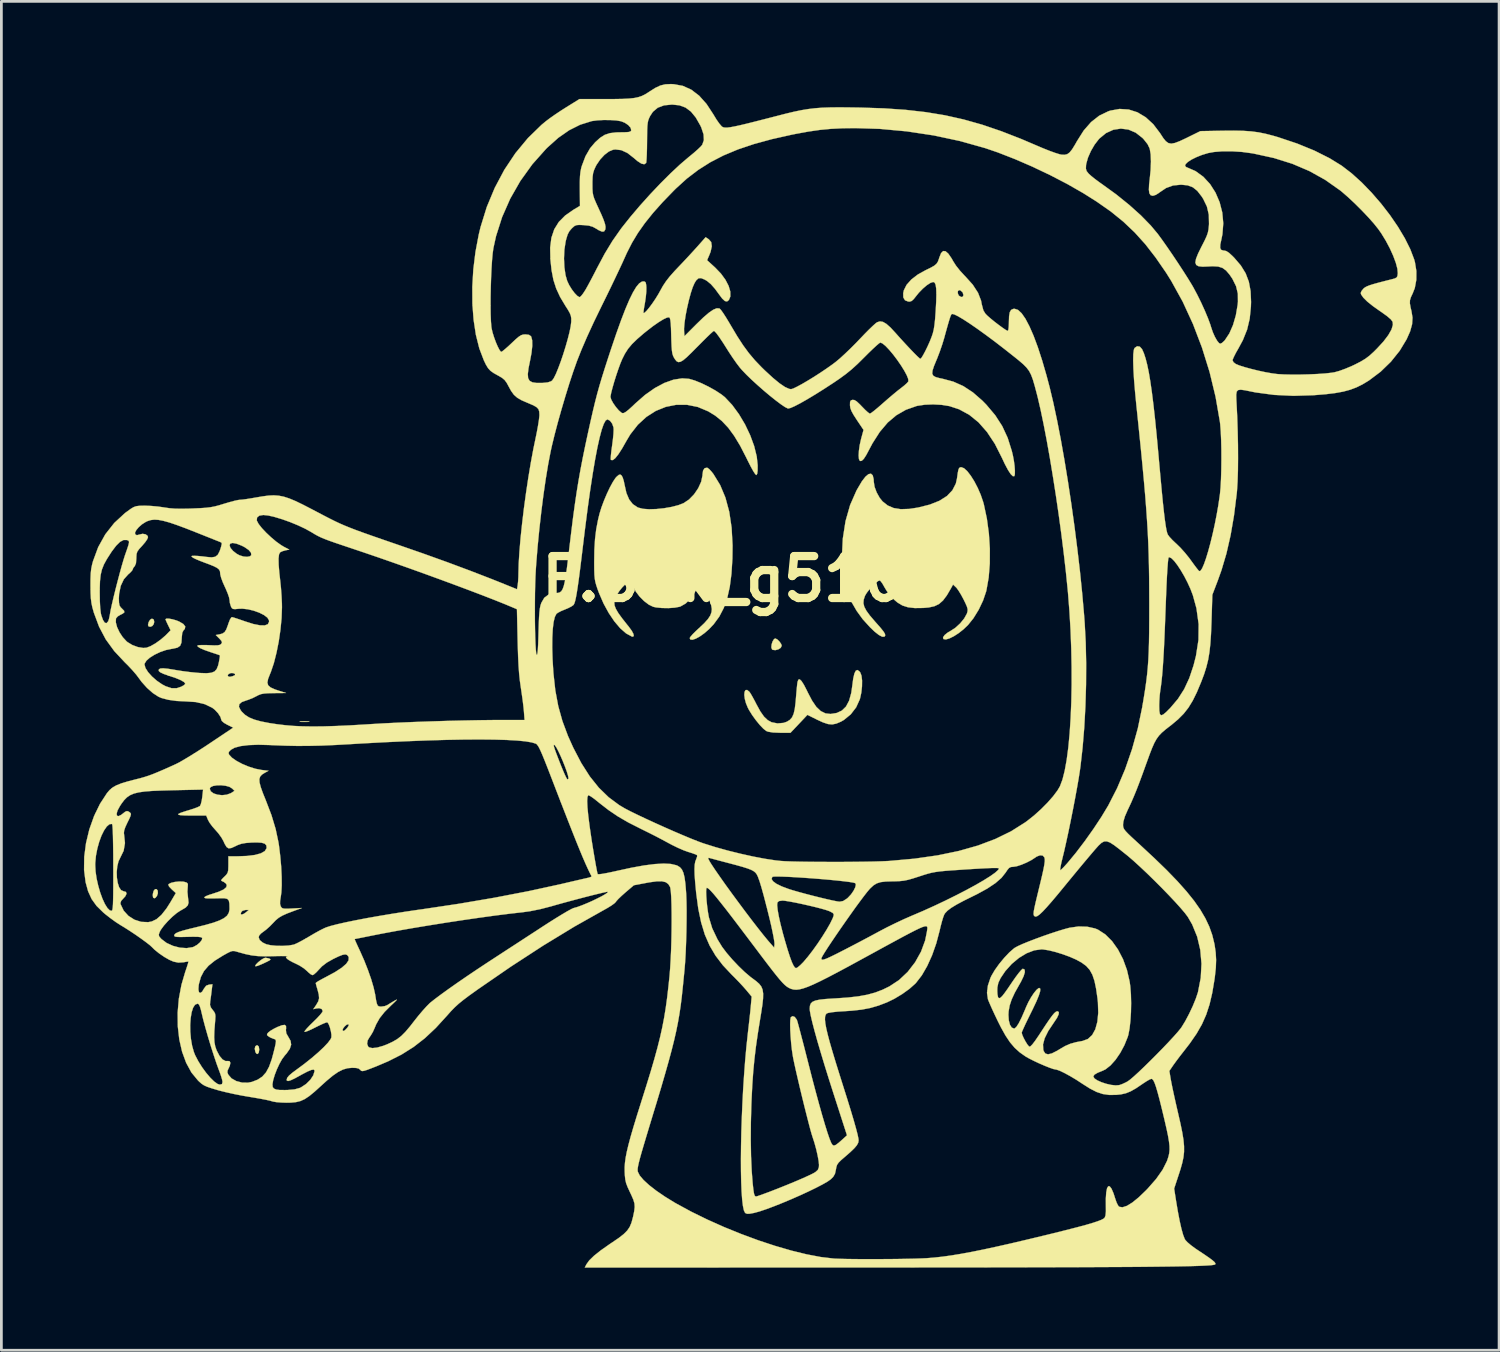
<source format=kicad_pcb>
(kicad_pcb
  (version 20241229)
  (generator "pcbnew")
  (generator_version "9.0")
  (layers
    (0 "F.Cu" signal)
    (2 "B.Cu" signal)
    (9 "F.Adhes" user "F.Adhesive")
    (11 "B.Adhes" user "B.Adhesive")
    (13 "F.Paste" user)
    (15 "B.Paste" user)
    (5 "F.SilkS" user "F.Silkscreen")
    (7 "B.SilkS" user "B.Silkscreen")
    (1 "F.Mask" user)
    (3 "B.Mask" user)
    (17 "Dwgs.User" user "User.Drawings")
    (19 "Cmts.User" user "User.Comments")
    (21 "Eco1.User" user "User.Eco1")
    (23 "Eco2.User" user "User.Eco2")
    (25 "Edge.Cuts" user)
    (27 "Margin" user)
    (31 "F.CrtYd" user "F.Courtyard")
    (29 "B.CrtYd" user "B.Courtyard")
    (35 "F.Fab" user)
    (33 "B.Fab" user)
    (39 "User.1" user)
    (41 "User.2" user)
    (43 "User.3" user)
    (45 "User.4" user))
  (footprint "F.Silk_g5104"
    (layer "F.Cu")
    (at 23.96 17.992)
    (property "Reference" "F.Silk_g5104" (at 0 0 0) (layer "F.SilkS") (effects (font (size 1.524 1.524) (thickness 0.3))))
    (attr through_hole)
    (fp_poly (pts (xy -17.658 16.942) (xy -17.606 16.989) (xy -17.59 17.1) (xy -17.607 17.209) (xy -17.648 17.26) (xy -17.698 17.242) (xy -17.731 17.182) (xy -17.753 17.066) (xy -17.732 16.978) (xy -17.676 16.941) (xy -17.658 16.942)) (stroke (width 0.01) (type solid)) (fill yes) (layer "F.SilkS"))
    (fp_poly (pts (xy -21.422 1.473) (xy -21.406 1.56) (xy -21.425 1.64) (xy -21.477 1.707) (xy -21.549 1.735) (xy -21.611 1.72) (xy -21.632 1.669) (xy -21.609 1.566) (xy -21.555 1.478) (xy -21.489 1.439) (xy -21.487 1.439) (xy -21.422 1.473)) (stroke (width 0.01) (type solid)) (fill yes) (layer "F.SilkS"))
    (fp_poly (pts (xy -21.279 11.322) (xy -21.273 11.417) (xy -21.306 11.516) (xy -21.363 11.586) (xy -21.401 11.599) (xy -21.445 11.579) (xy -21.458 11.504) (xy -21.455 11.441) (xy -21.427 11.332) (xy -21.376 11.27) (xy -21.32 11.267) (xy -21.279 11.322)) (stroke (width 0.01) (type solid)) (fill yes) (layer "F.SilkS"))
    (fp_poly (pts (xy -15.808 5.176) (xy -15.802 5.176) (xy -15.762 5.184) (xy -15.798 5.19) (xy -15.902 5.193) (xy -15.938 5.193) (xy -16.062 5.191) (xy -16.123 5.186) (xy -16.112 5.178) (xy -16.098 5.176) (xy -15.958 5.169) (xy -15.808 5.176)) (stroke (width 0.01) (type solid)) (fill yes) (layer "F.SilkS"))
    (fp_poly (pts (xy 1.234 2.192) (xy 1.314 2.27) (xy 1.377 2.362) (xy 1.397 2.425) (xy 1.36 2.499) (xy 1.272 2.556) (xy 1.164 2.584) (xy 1.069 2.572) (xy 1.044 2.554) (xy 1.019 2.481) (xy 1.03 2.374) (xy 1.066 2.264) (xy 1.118 2.182) (xy 1.164 2.159) (xy 1.234 2.192)) (stroke (width 0.01) (type solid)) (fill yes) (layer "F.SilkS"))
    (fp_poly (pts (xy -17.263 13.78) (xy -17.216 13.795) (xy -17.18 13.819) (xy -17.204 13.851) (xy -17.298 13.901) (xy -17.301 13.903) (xy -17.507 13.999) (xy -17.645 14.055) (xy -17.72 14.072) (xy -17.738 14.06) (xy -17.705 14.002) (xy -17.626 13.923) (xy -17.525 13.842) (xy -17.428 13.782) (xy -17.366 13.761) (xy -17.263 13.78)) (stroke (width 0.01) (type solid)) (fill yes) (layer "F.SilkS"))
    (fp_poly (pts (xy 4.222 3.357) (xy 4.252 3.396) (xy 4.296 3.513) (xy 4.317 3.688) (xy 4.314 3.899) (xy 4.29 4.124) (xy 4.243 4.34) (xy 4.233 4.373) (xy 4.102 4.661) (xy 3.905 4.917) (xy 3.658 5.119) (xy 3.547 5.183) (xy 3.38 5.253) (xy 3.232 5.283) (xy 3.079 5.269) (xy 2.9 5.21) (xy 2.69 5.114) (xy 2.331 4.935) (xy 2.023 5.262) (xy 1.714 5.588) (xy 1.333 5.586) (xy 1.078 5.576) (xy 0.902 5.547) (xy 0.838 5.522) (xy 0.733 5.441) (xy 0.602 5.305) (xy 0.462 5.134) (xy 0.325 4.945) (xy 0.209 4.759) (xy 0.168 4.682) (xy 0.097 4.511) (xy 0.054 4.349) (xy 0.037 4.208) (xy 0.047 4.1) (xy 0.081 4.036) (xy 0.139 4.03) (xy 0.22 4.094) (xy 0.222 4.096) (xy 0.268 4.164) (xy 0.34 4.289) (xy 0.426 4.448) (xy 0.478 4.551) (xy 0.621 4.811) (xy 0.754 5) (xy 0.888 5.127) (xy 1.029 5.204) (xy 1.242 5.246) (xy 1.462 5.227) (xy 1.583 5.185) (xy 1.69 5.119) (xy 1.771 5.029) (xy 1.829 4.901) (xy 1.871 4.722) (xy 1.901 4.477) (xy 1.912 4.345) (xy 1.929 4.137) (xy 1.946 3.952) (xy 1.961 3.811) (xy 1.972 3.736) (xy 2.003 3.655) (xy 2.051 3.644) (xy 2.117 3.707) (xy 2.205 3.845) (xy 2.316 4.061) (xy 2.342 4.117) (xy 2.501 4.42) (xy 2.655 4.646) (xy 2.814 4.797) (xy 2.984 4.881) (xy 3.173 4.903) (xy 3.389 4.868) (xy 3.39 4.868) (xy 3.581 4.781) (xy 3.732 4.634) (xy 3.845 4.421) (xy 3.924 4.138) (xy 3.96 3.883) (xy 3.995 3.617) (xy 4.038 3.433) (xy 4.089 3.33) (xy 4.15 3.305) (xy 4.222 3.357)) (stroke (width 0.01) (type solid)) (fill yes) (layer "F.SilkS"))
    (fp_poly (pts (xy 8.023 -4.026) (xy 8.14 -3.919) (xy 8.266 -3.756) (xy 8.395 -3.551) (xy 8.519 -3.314) (xy 8.629 -3.06) (xy 8.718 -2.8) (xy 8.743 -2.709) (xy 8.852 -2.195) (xy 8.925 -1.653) (xy 8.96 -1.103) (xy 8.958 -0.565) (xy 8.918 -0.059) (xy 8.838 0.395) (xy 8.825 0.452) (xy 8.715 0.777) (xy 8.556 1.112) (xy 8.364 1.424) (xy 8.169 1.667) (xy 8.004 1.825) (xy 7.827 1.965) (xy 7.652 2.078) (xy 7.492 2.157) (xy 7.362 2.195) (xy 7.277 2.181) (xy 7.269 2.175) (xy 7.26 2.115) (xy 7.318 2.034) (xy 7.428 1.945) (xy 7.531 1.886) (xy 7.711 1.768) (xy 7.884 1.609) (xy 8.029 1.431) (xy 8.123 1.261) (xy 8.131 1.241) (xy 8.151 1.164) (xy 8.152 1.092) (xy 8.128 1.004) (xy 8.073 0.878) (xy 8.009 0.747) (xy 7.919 0.579) (xy 7.828 0.429) (xy 7.752 0.323) (xy 7.73 0.301) (xy 7.623 0.2) (xy 7.547 0.338) (xy 7.397 0.594) (xy 7.257 0.78) (xy 7.111 0.908) (xy 6.943 0.988) (xy 6.737 1.033) (xy 6.542 1.05) (xy 6.234 1.054) (xy 5.988 1.026) (xy 5.785 0.962) (xy 5.605 0.854) (xy 5.48 0.748) (xy 5.343 0.602) (xy 5.215 0.436) (xy 5.132 0.299) (xy 5.062 0.174) (xy 4.997 0.083) (xy 4.96 0.051) (xy 4.902 0.071) (xy 4.809 0.142) (xy 4.699 0.248) (xy 4.588 0.371) (xy 4.492 0.494) (xy 4.426 0.602) (xy 4.42 0.616) (xy 4.375 0.752) (xy 4.366 0.878) (xy 4.397 1.007) (xy 4.474 1.153) (xy 4.601 1.327) (xy 4.786 1.543) (xy 4.828 1.59) (xy 4.986 1.769) (xy 5.09 1.899) (xy 5.146 1.988) (xy 5.159 2.048) (xy 5.135 2.087) (xy 5.124 2.095) (xy 5.046 2.095) (xy 4.925 2.031) (xy 4.768 1.907) (xy 4.603 1.749) (xy 4.339 1.457) (xy 4.122 1.159) (xy 3.925 0.819) (xy 3.89 0.751) (xy 3.776 0.506) (xy 3.693 0.276) (xy 3.636 0.038) (xy 3.602 -0.227) (xy 3.586 -0.541) (xy 3.583 -0.783) (xy 3.617 -1.471) (xy 3.716 -2.106) (xy 3.882 -2.689) (xy 4.115 -3.22) (xy 4.307 -3.547) (xy 4.438 -3.718) (xy 4.55 -3.812) (xy 4.64 -3.829) (xy 4.704 -3.769) (xy 4.737 -3.632) (xy 4.742 -3.537) (xy 4.771 -3.351) (xy 4.849 -3.143) (xy 4.96 -2.946) (xy 5.063 -2.82) (xy 5.25 -2.672) (xy 5.466 -2.58) (xy 5.723 -2.539) (xy 6.032 -2.549) (xy 6.35 -2.598) (xy 6.777 -2.705) (xy 7.127 -2.844) (xy 7.401 -3.018) (xy 7.599 -3.226) (xy 7.724 -3.469) (xy 7.767 -3.662) (xy 7.793 -3.849) (xy 7.816 -3.967) (xy 7.843 -4.032) (xy 7.879 -4.059) (xy 7.923 -4.064) (xy 8.023 -4.026)) (stroke (width 0.01) (type solid)) (fill yes) (layer "F.SilkS"))
    (fp_poly (pts (xy -1.297 -4.039) (xy -1.235 -3.992) (xy -1.149 -3.898) (xy -1.085 -3.816) (xy -0.84 -3.416) (xy -0.649 -2.96) (xy -0.51 -2.444) (xy -0.424 -1.866) (xy -0.389 -1.225) (xy -0.395 -0.744) (xy -0.429 -0.196) (xy -0.491 0.281) (xy -0.583 0.694) (xy -0.71 1.053) (xy -0.873 1.366) (xy -1.076 1.643) (xy -1.249 1.825) (xy -1.418 1.971) (xy -1.581 2.087) (xy -1.727 2.167) (xy -1.845 2.206) (xy -1.922 2.198) (xy -1.947 2.145) (xy -1.917 2.095) (xy -1.837 2.003) (xy -1.719 1.886) (xy -1.624 1.798) (xy -1.425 1.611) (xy -1.286 1.457) (xy -1.199 1.325) (xy -1.154 1.201) (xy -1.143 1.089) (xy -1.167 0.948) (xy -1.229 0.771) (xy -1.315 0.591) (xy -1.411 0.438) (xy -1.475 0.365) (xy -1.567 0.311) (xy -1.65 0.33) (xy -1.733 0.427) (xy -1.776 0.505) (xy -1.917 0.717) (xy -2.092 0.887) (xy -2.282 0.996) (xy -2.315 1.007) (xy -2.493 1.04) (xy -2.718 1.056) (xy -2.955 1.052) (xy -3.168 1.031) (xy -3.276 1.007) (xy -3.434 0.93) (xy -3.606 0.799) (xy -3.77 0.634) (xy -3.904 0.459) (xy -3.986 0.296) (xy -4.038 0.18) (xy -4.094 0.105) (xy -4.118 0.093) (xy -4.19 0.116) (xy -4.291 0.194) (xy -4.404 0.31) (xy -4.513 0.447) (xy -4.601 0.588) (xy -4.616 0.618) (xy -4.666 0.737) (xy -4.687 0.847) (xy -4.677 0.96) (xy -4.629 1.086) (xy -4.54 1.238) (xy -4.404 1.426) (xy -4.217 1.663) (xy -4.159 1.734) (xy -4.054 1.878) (xy -3.993 1.993) (xy -3.979 2.069) (xy -4.015 2.095) (xy -4.053 2.087) (xy -4.26 1.974) (xy -4.473 1.787) (xy -4.685 1.537) (xy -4.889 1.234) (xy -5.078 0.888) (xy -5.243 0.508) (xy -5.293 0.374) (xy -5.341 0.23) (xy -5.375 0.108) (xy -5.397 -0.013) (xy -5.41 -0.154) (xy -5.416 -0.336) (xy -5.418 -0.578) (xy -5.418 -0.615) (xy -5.411 -1.066) (xy -5.387 -1.456) (xy -5.344 -1.81) (xy -5.278 -2.152) (xy -5.225 -2.371) (xy -5.155 -2.6) (xy -5.063 -2.847) (xy -4.958 -3.096) (xy -4.848 -3.328) (xy -4.741 -3.525) (xy -4.646 -3.67) (xy -4.598 -3.723) (xy -4.519 -3.788) (xy -4.468 -3.797) (xy -4.422 -3.763) (xy -4.382 -3.689) (xy -4.342 -3.561) (xy -4.315 -3.431) (xy -4.247 -3.126) (xy -4.148 -2.893) (xy -4.015 -2.723) (xy -3.84 -2.606) (xy -3.811 -2.594) (xy -3.646 -2.552) (xy -3.421 -2.536) (xy -3.159 -2.544) (xy -2.88 -2.573) (xy -2.605 -2.621) (xy -2.355 -2.686) (xy -2.172 -2.757) (xy -1.973 -2.889) (xy -1.79 -3.077) (xy -1.638 -3.3) (xy -1.53 -3.536) (xy -1.483 -3.761) (xy -1.482 -3.794) (xy -1.461 -3.943) (xy -1.404 -4.029) (xy -1.318 -4.046) (xy -1.297 -4.039)) (stroke (width 0.01) (type solid)) (fill yes) (layer "F.SilkS"))
    (fp_poly (pts (xy -2.524 -17.982) (xy -2.195 -17.921) (xy -1.888 -17.782) (xy -1.603 -17.564) (xy -1.336 -17.265) (xy -1.086 -16.884) (xy -1.077 -16.868) (xy -0.974 -16.698) (xy -0.874 -16.555) (xy -0.791 -16.458) (xy -0.756 -16.429) (xy -0.713 -16.412) (xy -0.655 -16.404) (xy -0.574 -16.406) (xy -0.463 -16.42) (xy -0.313 -16.448) (xy -0.118 -16.49) (xy 0.129 -16.549) (xy 0.436 -16.626) (xy 0.812 -16.722) (xy 1.212 -16.825) (xy 1.549 -16.912) (xy 1.842 -16.982) (xy 2.106 -17.037) (xy 2.354 -17.078) (xy 2.602 -17.108) (xy 2.864 -17.128) (xy 3.155 -17.138) (xy 3.489 -17.142) (xy 3.88 -17.138) (xy 4.274 -17.132) (xy 5.121 -17.104) (xy 5.902 -17.05) (xy 6.633 -16.967) (xy 7.331 -16.852) (xy 8.009 -16.7) (xy 8.686 -16.509) (xy 9.376 -16.274) (xy 10.095 -15.994) (xy 10.63 -15.766) (xy 10.891 -15.655) (xy 11.132 -15.559) (xy 11.337 -15.485) (xy 11.491 -15.437) (xy 11.56 -15.422) (xy 11.677 -15.417) (xy 11.773 -15.44) (xy 11.859 -15.502) (xy 11.949 -15.614) (xy 12.055 -15.786) (xy 12.125 -15.91) (xy 12.37 -16.298) (xy 12.639 -16.606) (xy 12.935 -16.838) (xy 13.261 -16.996) (xy 13.341 -17.023) (xy 13.677 -17.083) (xy 14.006 -17.062) (xy 14.323 -16.961) (xy 14.622 -16.782) (xy 14.898 -16.529) (xy 15.145 -16.204) (xy 15.155 -16.188) (xy 15.262 -16.024) (xy 15.355 -15.91) (xy 15.448 -15.843) (xy 15.553 -15.822) (xy 15.687 -15.847) (xy 15.862 -15.914) (xy 16.093 -16.022) (xy 16.192 -16.071) (xy 16.61 -16.277) (xy 17.434 -16.292) (xy 17.832 -16.295) (xy 18.166 -16.288) (xy 18.456 -16.268) (xy 18.722 -16.233) (xy 18.984 -16.18) (xy 19.261 -16.108) (xy 19.429 -16.059) (xy 20.128 -15.825) (xy 20.756 -15.568) (xy 21.309 -15.29) (xy 21.747 -15.02) (xy 22.107 -14.743) (xy 22.472 -14.414) (xy 22.832 -14.042) (xy 23.178 -13.642) (xy 23.501 -13.224) (xy 23.791 -12.8) (xy 24.04 -12.383) (xy 24.239 -11.984) (xy 24.379 -11.616) (xy 24.407 -11.515) (xy 24.459 -11.193) (xy 24.457 -10.872) (xy 24.402 -10.575) (xy 24.327 -10.384) (xy 24.261 -10.244) (xy 24.226 -10.132) (xy 24.223 -10.019) (xy 24.247 -9.876) (xy 24.28 -9.741) (xy 24.319 -9.499) (xy 24.304 -9.26) (xy 24.233 -9.002) (xy 24.105 -8.713) (xy 23.854 -8.297) (xy 23.534 -7.898) (xy 23.16 -7.535) (xy 22.747 -7.224) (xy 22.728 -7.211) (xy 22.503 -7.075) (xy 22.283 -6.966) (xy 22.055 -6.88) (xy 21.803 -6.812) (xy 21.512 -6.759) (xy 21.168 -6.717) (xy 20.755 -6.683) (xy 20.713 -6.68) (xy 19.993 -6.658) (xy 19.29 -6.692) (xy 18.624 -6.781) (xy 18.457 -6.814) (xy 18.232 -6.86) (xy 18.077 -6.881) (xy 17.981 -6.867) (xy 17.93 -6.81) (xy 17.913 -6.7) (xy 17.917 -6.528) (xy 17.923 -6.42) (xy 17.949 -5.899) (xy 17.966 -5.377) (xy 17.977 -4.868) (xy 17.979 -4.383) (xy 17.975 -3.938) (xy 17.962 -3.544) (xy 17.942 -3.216) (xy 17.931 -3.101) (xy 17.832 -2.309) (xy 17.708 -1.589) (xy 17.557 -0.928) (xy 17.376 -0.318) (xy 17.241 0.059) (xy 17.045 0.572) (xy 17.014 1.566) (xy 16.997 1.993) (xy 16.973 2.352) (xy 16.939 2.661) (xy 16.892 2.937) (xy 16.828 3.196) (xy 16.746 3.457) (xy 16.641 3.735) (xy 16.639 3.74) (xy 16.483 4.112) (xy 16.333 4.417) (xy 16.177 4.672) (xy 16.003 4.894) (xy 15.8 5.098) (xy 15.556 5.303) (xy 15.491 5.352) (xy 15.333 5.475) (xy 15.207 5.584) (xy 15.104 5.692) (xy 15.017 5.812) (xy 14.936 5.958) (xy 14.854 6.144) (xy 14.762 6.382) (xy 14.652 6.686) (xy 14.645 6.704) (xy 14.506 7.09) (xy 14.387 7.41) (xy 14.282 7.681) (xy 14.185 7.916) (xy 14.091 8.132) (xy 13.992 8.344) (xy 13.974 8.38) (xy 13.868 8.623) (xy 13.812 8.812) (xy 13.801 8.916) (xy 13.802 8.979) (xy 13.813 9.034) (xy 13.841 9.091) (xy 13.894 9.16) (xy 13.98 9.251) (xy 14.108 9.374) (xy 14.285 9.537) (xy 14.425 9.665) (xy 14.939 10.143) (xy 15.388 10.578) (xy 15.775 10.978) (xy 16.104 11.347) (xy 16.381 11.691) (xy 16.609 12.017) (xy 16.792 12.329) (xy 16.935 12.633) (xy 17.042 12.936) (xy 17.117 13.243) (xy 17.127 13.293) (xy 17.167 13.572) (xy 17.182 13.84) (xy 17.172 14.126) (xy 17.136 14.457) (xy 17.122 14.557) (xy 17.041 15.041) (xy 16.943 15.459) (xy 16.821 15.832) (xy 16.667 16.18) (xy 16.471 16.522) (xy 16.225 16.877) (xy 16.001 17.166) (xy 15.872 17.331) (xy 15.744 17.501) (xy 15.64 17.644) (xy 15.623 17.668) (xy 15.483 17.874) (xy 15.533 18.176) (xy 15.558 18.308) (xy 15.598 18.506) (xy 15.651 18.751) (xy 15.712 19.027) (xy 15.778 19.316) (xy 15.8 19.41) (xy 15.888 19.796) (xy 15.953 20.115) (xy 15.996 20.381) (xy 16.017 20.61) (xy 16.017 20.816) (xy 15.995 21.013) (xy 15.952 21.217) (xy 15.889 21.441) (xy 15.836 21.605) (xy 15.657 22.15) (xy 15.724 22.579) (xy 15.79 22.974) (xy 15.856 23.319) (xy 15.921 23.607) (xy 15.983 23.829) (xy 16.04 23.977) (xy 16.061 24.014) (xy 16.137 24.097) (xy 16.263 24.205) (xy 16.418 24.32) (xy 16.489 24.368) (xy 16.739 24.534) (xy 16.924 24.661) (xy 17.051 24.755) (xy 17.126 24.823) (xy 17.158 24.87) (xy 17.152 24.902) (xy 17.15 24.904) (xy 17.126 24.915) (xy 17.074 24.925) (xy 16.993 24.935) (xy 16.879 24.943) (xy 16.731 24.951) (xy 16.544 24.959) (xy 16.318 24.966) (xy 16.049 24.972) (xy 15.735 24.978) (xy 15.373 24.983) (xy 14.961 24.988) (xy 14.496 24.993) (xy 13.976 24.997) (xy 13.398 25) (xy 12.76 25.003) (xy 12.059 25.006) (xy 11.292 25.008) (xy 10.457 25.01) (xy 9.552 25.012) (xy 8.574 25.013) (xy 7.52 25.014) (xy 6.388 25.015) (xy 5.175 25.016) (xy 4.454 25.016) (xy -5.76 25.019) (xy -5.698 24.9) (xy -5.597 24.759) (xy -5.424 24.591) (xy -5.178 24.395) (xy -4.857 24.169) (xy -4.764 24.107) (xy -4.523 23.943) (xy -4.345 23.804) (xy -4.217 23.675) (xy -4.126 23.541) (xy -4.062 23.386) (xy -4.011 23.196) (xy -4.004 23.169) (xy -3.963 22.97) (xy -3.946 22.82) (xy -3.954 22.692) (xy -3.993 22.557) (xy -4.066 22.389) (xy -4.117 22.282) (xy -4.203 22.096) (xy -4.258 21.952) (xy -4.288 21.819) (xy -4.304 21.664) (xy -4.31 21.526) (xy -4.311 21.373) (xy -4.299 21.209) (xy -4.274 21.025) (xy -4.233 20.813) (xy -4.174 20.565) (xy -4.096 20.272) (xy -3.995 19.925) (xy -3.871 19.517) (xy -3.72 19.038) (xy -3.704 18.986) (xy -3.522 18.408) (xy -3.365 17.897) (xy -3.232 17.442) (xy -3.119 17.03) (xy -3.024 16.651) (xy -2.944 16.292) (xy -2.876 15.94) (xy -2.818 15.585) (xy -2.767 15.214) (xy -2.721 14.815) (xy -2.681 14.436) (xy -2.659 14.163) (xy -2.64 13.851) (xy -2.624 13.512) (xy -2.613 13.158) (xy -2.606 12.8) (xy -2.603 12.449) (xy -2.604 12.119) (xy -2.609 11.819) (xy -2.618 11.563) (xy -2.632 11.362) (xy -2.65 11.227) (xy -2.661 11.187) (xy -2.726 11.082) (xy -2.82 11.015) (xy -2.957 10.983) (xy -3.146 10.985) (xy -3.4 11.019) (xy -3.511 11.039) (xy -3.976 11.127) (xy -4.285 11.39) (xy -4.423 11.513) (xy -4.539 11.624) (xy -4.614 11.707) (xy -4.631 11.733) (xy -4.684 11.786) (xy -4.793 11.865) (xy -4.941 11.956) (xy -5.034 12.008) (xy -6.135 12.628) (xy -7.272 13.32) (xy -8.448 14.085) (xy -9.664 14.922) (xy -9.702 14.95) (xy -9.966 15.139) (xy -10.174 15.296) (xy -10.342 15.432) (xy -10.485 15.563) (xy -10.62 15.701) (xy -10.761 15.86) (xy -10.768 15.868) (xy -11.172 16.31) (xy -11.57 16.684) (xy -11.979 17.002) (xy -12.417 17.278) (xy -12.902 17.523) (xy -13.315 17.699) (xy -13.532 17.784) (xy -13.684 17.841) (xy -13.785 17.872) (xy -13.848 17.88) (xy -13.886 17.869) (xy -13.913 17.842) (xy -13.917 17.837) (xy -13.974 17.789) (xy -14.07 17.766) (xy -14.215 17.761) (xy -14.383 17.776) (xy -14.547 17.824) (xy -14.721 17.911) (xy -14.915 18.045) (xy -15.141 18.233) (xy -15.344 18.417) (xy -15.577 18.628) (xy -15.768 18.785) (xy -15.934 18.896) (xy -16.091 18.968) (xy -16.255 19.008) (xy -16.441 19.026) (xy -16.595 19.029) (xy -16.787 19.023) (xy -16.96 19.009) (xy -17.088 18.988) (xy -17.124 18.977) (xy -17.209 18.953) (xy -17.36 18.92) (xy -17.559 18.882) (xy -17.789 18.842) (xy -17.928 18.819) (xy -18.211 18.771) (xy -18.514 18.711) (xy -18.806 18.646) (xy -19.054 18.584) (xy -19.108 18.568) (xy -19.325 18.503) (xy -19.481 18.45) (xy -19.594 18.399) (xy -19.685 18.339) (xy -19.773 18.262) (xy -19.816 18.22) (xy -20.053 17.932) (xy -20.245 17.58) (xy -20.393 17.177) (xy -20.495 16.731) (xy -20.549 16.255) (xy -20.55 16.193) (xy -20.098 16.193) (xy -20.095 16.45) (xy -20.072 16.71) (xy -20.029 16.96) (xy -19.965 17.187) (xy -19.92 17.3) (xy -19.806 17.519) (xy -19.669 17.738) (xy -19.52 17.942) (xy -19.368 18.121) (xy -19.225 18.261) (xy -19.102 18.348) (xy -19.022 18.373) (xy -18.944 18.352) (xy -18.923 18.277) (xy -18.938 18.194) (xy -18.978 18.058) (xy -19.034 17.897) (xy -19.047 17.865) (xy -19.138 17.615) (xy -19.241 17.308) (xy -19.35 16.968) (xy -19.455 16.62) (xy -19.55 16.287) (xy -19.628 15.996) (xy -19.662 15.854) (xy -19.708 15.659) (xy -19.746 15.533) (xy -19.78 15.462) (xy -19.816 15.434) (xy -19.838 15.431) (xy -19.924 15.47) (xy -19.994 15.579) (xy -20.047 15.745) (xy -20.081 15.954) (xy -20.098 16.193) (xy -20.55 16.193) (xy -20.555 15.758) (xy -20.511 15.251) (xy -20.449 14.921) (xy -19.801 14.921) (xy -19.778 15.016) (xy -19.729 15.041) (xy -19.663 14.992) (xy -19.596 14.88) (xy -19.517 14.776) (xy -19.414 14.739) (xy -19.291 14.725) (xy -19.318 14.951) (xy -19.339 15.12) (xy -19.362 15.288) (xy -19.371 15.348) (xy -19.379 15.474) (xy -19.347 15.569) (xy -19.283 15.656) (xy -19.225 15.73) (xy -19.193 15.797) (xy -19.182 15.882) (xy -19.188 16.011) (xy -19.197 16.119) (xy -19.22 16.417) (xy -19.227 16.649) (xy -19.217 16.832) (xy -19.188 16.984) (xy -19.14 17.122) (xy -19.136 17.132) (xy -19.033 17.328) (xy -18.922 17.458) (xy -18.812 17.516) (xy -18.753 17.514) (xy -18.669 17.518) (xy -18.638 17.58) (xy -18.661 17.69) (xy -18.693 17.759) (xy -18.741 17.862) (xy -18.744 17.937) (xy -18.711 18.014) (xy -18.595 18.147) (xy -18.422 18.244) (xy -18.215 18.298) (xy -17.995 18.301) (xy -17.852 18.272) (xy -17.645 18.191) (xy -17.479 18.081) (xy -17.344 17.929) (xy -17.233 17.724) (xy -17.136 17.454) (xy -17.078 17.239) (xy -17.025 17.029) (xy -16.994 16.887) (xy -16.983 16.798) (xy -16.993 16.747) (xy -17.024 16.721) (xy -17.071 16.707) (xy -17.184 16.661) (xy -17.25 16.621) (xy -17.307 16.572) (xy -17.301 16.527) (xy -17.259 16.476) (xy -17.181 16.415) (xy -17.054 16.34) (xy -16.926 16.277) (xy -16.764 16.214) (xy -16.664 16.201) (xy -16.616 16.242) (xy -16.614 16.339) (xy -16.621 16.381) (xy -16.607 16.507) (xy -16.534 16.635) (xy -16.45 16.782) (xy -16.43 16.922) (xy -16.478 17.069) (xy -16.595 17.238) (xy -16.662 17.314) (xy -16.761 17.447) (xy -16.859 17.622) (xy -16.95 17.819) (xy -17.027 18.02) (xy -17.083 18.207) (xy -17.109 18.359) (xy -17.1 18.46) (xy -17.098 18.465) (xy -17.052 18.518) (xy -16.971 18.552) (xy -16.841 18.568) (xy -16.648 18.569) (xy -16.552 18.567) (xy -16.307 18.545) (xy -16.122 18.494) (xy -16.066 18.468) (xy -15.885 18.348) (xy -15.733 18.197) (xy -15.626 18.035) (xy -15.579 17.882) (xy -15.579 17.862) (xy -15.606 17.825) (xy -15.69 17.836) (xy -15.834 17.895) (xy -16.042 18.004) (xy -16.095 18.034) (xy -16.303 18.148) (xy -16.45 18.216) (xy -16.541 18.241) (xy -16.586 18.226) (xy -16.593 18.193) (xy -16.572 18.124) (xy -16.506 18.043) (xy -16.383 17.938) (xy -16.256 17.844) (xy -15.96 17.625) (xy -15.686 17.407) (xy -15.445 17.2) (xy -15.244 17.011) (xy -15.091 16.848) (xy -14.996 16.719) (xy -14.968 16.657) (xy -14.966 16.559) (xy -14.987 16.425) (xy -14.997 16.388) (xy -14.563 16.388) (xy -14.54 16.425) (xy -14.482 16.401) (xy -14.402 16.32) (xy -14.393 16.31) (xy -14.338 16.223) (xy -14.347 16.181) (xy -14.355 16.177) (xy -14.414 16.195) (xy -14.486 16.257) (xy -14.545 16.335) (xy -14.563 16.388) (xy -14.997 16.388) (xy -15.024 16.285) (xy -15.07 16.168) (xy -15.114 16.107) (xy -15.164 16.116) (xy -15.272 16.159) (xy -15.418 16.227) (xy -15.533 16.284) (xy -15.695 16.365) (xy -15.83 16.424) (xy -15.919 16.454) (xy -15.945 16.454) (xy -15.929 16.414) (xy -15.861 16.331) (xy -15.752 16.216) (xy -15.629 16.096) (xy -15.49 15.959) (xy -15.377 15.837) (xy -15.304 15.744) (xy -15.282 15.7) (xy -15.318 15.625) (xy -15.412 15.594) (xy -15.521 15.605) (xy -15.625 15.631) (xy -15.517 15.472) (xy -15.445 15.347) (xy -15.415 15.232) (xy -15.426 15.097) (xy -15.472 14.919) (xy -15.509 14.794) (xy -15.532 14.704) (xy -15.536 14.68) (xy -15.501 14.648) (xy -15.406 14.59) (xy -15.267 14.514) (xy -15.166 14.461) (xy -14.839 14.285) (xy -14.593 14.125) (xy -14.429 13.983) (xy -14.344 13.857) (xy -14.338 13.745) (xy -14.349 13.719) (xy -14.395 13.661) (xy -14.46 13.639) (xy -14.557 13.654) (xy -14.701 13.71) (xy -14.896 13.803) (xy -15.132 13.936) (xy -15.31 14.073) (xy -15.415 14.184) (xy -15.516 14.292) (xy -15.603 14.368) (xy -15.654 14.393) (xy -15.717 14.364) (xy -15.807 14.29) (xy -15.85 14.247) (xy -15.964 14.149) (xy -16.118 14.049) (xy -16.236 13.989) (xy -16.381 13.92) (xy -16.503 13.853) (xy -16.566 13.809) (xy -16.618 13.756) (xy -16.606 13.729) (xy -16.566 13.713) (xy -16.577 13.704) (xy -16.661 13.7) (xy -16.803 13.699) (xy -16.993 13.702) (xy -17.081 13.705) (xy -17.388 13.71) (xy -17.64 13.701) (xy -17.866 13.675) (xy -18.096 13.627) (xy -18.358 13.555) (xy -18.397 13.543) (xy -18.483 13.52) (xy -18.555 13.516) (xy -18.633 13.537) (xy -18.741 13.589) (xy -18.899 13.677) (xy -18.9 13.677) (xy -19.203 13.866) (xy -19.432 14.051) (xy -19.598 14.245) (xy -19.711 14.461) (xy -19.781 14.711) (xy -19.79 14.762) (xy -19.801 14.921) (xy -20.449 14.921) (xy -20.416 14.744) (xy -20.281 14.283) (xy -20.226 14.12) (xy -20.185 13.992) (xy -20.164 13.915) (xy -20.163 13.901) (xy -20.207 13.902) (xy -20.303 13.919) (xy -20.336 13.926) (xy -20.528 13.938) (xy -20.701 13.903) (xy -20.856 13.837) (xy -21.042 13.73) (xy -21.233 13.599) (xy -21.399 13.464) (xy -21.484 13.379) (xy -21.564 13.305) (xy -21.7 13.199) (xy -21.877 13.07) (xy -22.078 12.929) (xy -22.288 12.789) (xy -22.49 12.66) (xy -22.634 12.573) (xy -22.8 12.466) (xy -22.994 12.326) (xy -23.185 12.177) (xy -23.254 12.119) (xy -23.5 11.878) (xy -23.68 11.628) (xy -23.809 11.345) (xy -23.899 11.017) (xy -23.955 10.572) (xy -23.953 10.393) (xy -23.55 10.393) (xy -23.537 10.629) (xy -23.5 10.882) (xy -23.442 11.139) (xy -23.37 11.388) (xy -23.287 11.616) (xy -23.198 11.809) (xy -23.107 11.954) (xy -23.02 12.04) (xy -22.952 12.056) (xy -22.936 12.043) (xy -22.923 12.004) (xy -22.913 11.933) (xy -22.905 11.822) (xy -22.9 11.662) (xy -22.896 11.448) (xy -22.894 11.17) (xy -22.893 10.821) (xy -22.894 10.479) (xy -22.895 10.019) (xy -22.9 9.636) (xy -22.906 9.331) (xy -22.914 9.106) (xy -22.924 8.962) (xy -22.937 8.901) (xy -22.939 8.899) (xy -23.032 8.909) (xy -23.13 8.992) (xy -23.228 9.134) (xy -23.322 9.323) (xy -23.405 9.548) (xy -23.474 9.796) (xy -23.524 10.055) (xy -23.548 10.312) (xy -23.55 10.393) (xy -23.953 10.393) (xy -23.949 10.092) (xy -23.884 9.595) (xy -23.764 9.097) (xy -23.593 8.616) (xy -23.55 8.526) (xy -22.772 8.526) (xy -22.76 8.599) (xy -22.703 8.616) (xy -22.606 8.569) (xy -22.56 8.533) (xy -22.461 8.456) (xy -22.396 8.43) (xy -22.337 8.449) (xy -22.295 8.478) (xy -22.261 8.51) (xy -22.253 8.553) (xy -22.273 8.625) (xy -22.327 8.744) (xy -22.376 8.841) (xy -22.456 9.013) (xy -22.498 9.136) (xy -22.508 9.23) (xy -22.501 9.284) (xy -22.469 9.594) (xy -22.517 9.874) (xy -22.631 10.107) (xy -22.704 10.258) (xy -22.749 10.443) (xy -22.768 10.646) (xy -22.762 10.85) (xy -22.733 11.039) (xy -22.683 11.196) (xy -22.612 11.303) (xy -22.523 11.345) (xy -22.519 11.345) (xy -22.433 11.37) (xy -22.412 11.435) (xy -22.457 11.529) (xy -22.52 11.598) (xy -22.607 11.694) (xy -22.634 11.773) (xy -22.626 11.82) (xy -22.516 12.05) (xy -22.344 12.239) (xy -22.127 12.378) (xy -21.882 12.457) (xy -21.626 12.468) (xy -21.497 12.444) (xy -21.323 12.361) (xy -21.145 12.205) (xy -20.961 11.972) (xy -20.82 11.749) (xy -20.621 11.411) (xy -20.774 11.271) (xy -20.867 11.173) (xy -20.893 11.109) (xy -20.881 11.085) (xy -20.795 11.04) (xy -20.657 11.007) (xy -20.499 10.991) (xy -20.353 10.996) (xy -20.32 11.002) (xy -20.221 11.032) (xy -20.184 11.078) (xy -20.185 11.136) (xy -20.199 11.367) (xy -20.175 11.607) (xy -20.171 11.631) (xy -20.159 11.761) (xy -20.186 11.857) (xy -20.265 11.939) (xy -20.409 12.024) (xy -20.447 12.044) (xy -20.584 12.134) (xy -20.745 12.269) (xy -20.908 12.429) (xy -21.055 12.594) (xy -21.165 12.744) (xy -21.207 12.823) (xy -21.239 12.915) (xy -21.23 12.98) (xy -21.171 13.053) (xy -21.139 13.086) (xy -20.954 13.225) (xy -20.723 13.33) (xy -20.473 13.395) (xy -20.228 13.412) (xy -20.012 13.378) (xy -19.969 13.362) (xy -19.848 13.293) (xy -19.744 13.204) (xy -19.676 13.115) (xy -19.661 13.045) (xy -19.665 13.037) (xy -19.711 13.014) (xy -19.82 13.001) (xy -20 12.998) (xy -20.188 13.002) (xy -20.403 13.007) (xy -20.546 13.006) (xy -20.631 12.997) (xy -20.671 12.979) (xy -20.68 12.956) (xy -20.665 12.911) (xy -20.613 12.868) (xy -20.516 12.824) (xy -20.363 12.775) (xy -20.144 12.717) (xy -19.908 12.66) (xy -19.542 12.569) (xy -19.252 12.486) (xy -19.031 12.405) (xy -18.87 12.322) (xy -18.761 12.234) (xy -18.723 12.175) (xy -18.263 12.175) (xy -18.224 12.193) (xy -18.146 12.163) (xy -18.07 12.109) (xy -17.971 12.025) (xy -18.085 12.024) (xy -18.199 12.056) (xy -18.246 12.107) (xy -18.263 12.175) (xy -18.723 12.175) (xy -18.698 12.135) (xy -18.672 12.022) (xy -18.67 11.972) (xy -18.674 11.794) (xy -18.695 11.683) (xy -18.75 11.623) (xy -18.855 11.6) (xy -19.025 11.6) (xy -19.067 11.601) (xy -19.293 11.606) (xy -19.446 11.606) (xy -19.538 11.599) (xy -19.579 11.585) (xy -19.582 11.563) (xy -19.58 11.558) (xy -19.528 11.524) (xy -19.42 11.48) (xy -19.312 11.446) (xy -19.056 11.361) (xy -18.881 11.28) (xy -18.787 11.199) (xy -18.77 11.119) (xy -18.799 11.066) (xy -18.879 11.005) (xy -18.927 10.984) (xy -18.969 10.963) (xy -18.964 10.928) (xy -18.904 10.862) (xy -18.859 10.819) (xy -18.782 10.741) (xy -18.738 10.672) (xy -18.717 10.584) (xy -18.712 10.45) (xy -18.711 10.377) (xy -18.711 10.075) (xy -18.383 10.075) (xy -18.032 10.062) (xy -17.746 10.026) (xy -17.53 9.967) (xy -17.388 9.886) (xy -17.325 9.785) (xy -17.322 9.771) (xy -17.331 9.679) (xy -17.387 9.617) (xy -17.501 9.582) (xy -17.681 9.571) (xy -17.866 9.575) (xy -18.078 9.591) (xy -18.237 9.619) (xy -18.374 9.667) (xy -18.458 9.708) (xy -18.601 9.773) (xy -18.701 9.786) (xy -18.776 9.738) (xy -18.846 9.622) (xy -18.889 9.526) (xy -18.963 9.393) (xy -19.074 9.24) (xy -19.177 9.123) (xy -19.295 8.989) (xy -19.396 8.852) (xy -19.451 8.752) (xy -19.517 8.594) (xy -20.054 8.594) (xy -20.296 8.591) (xy -20.455 8.581) (xy -20.531 8.563) (xy -20.525 8.534) (xy -20.438 8.492) (xy -20.27 8.436) (xy -20.146 8.399) (xy -19.98 8.347) (xy -19.842 8.296) (xy -19.756 8.255) (xy -19.742 8.244) (xy -19.711 8.176) (xy -19.68 8.053) (xy -19.66 7.921) (xy -19.63 7.65) (xy -20.727 7.674) (xy -21.139 7.685) (xy -21.477 7.699) (xy -21.75 7.72) (xy -21.968 7.751) (xy -22.142 7.794) (xy -22.281 7.853) (xy -22.395 7.93) (xy -22.494 8.029) (xy -22.588 8.153) (xy -22.654 8.253) (xy -22.738 8.408) (xy -22.772 8.526) (xy -23.55 8.526) (xy -23.376 8.168) (xy -23.123 7.78) (xy -23.026 7.666) (xy -22.967 7.617) (xy -19.389 7.617) (xy -19.351 7.714) (xy -19.25 7.789) (xy -19.107 7.836) (xy -18.942 7.854) (xy -18.774 7.837) (xy -18.623 7.782) (xy -18.596 7.766) (xy -18.489 7.696) (xy -18.576 7.61) (xy -18.673 7.55) (xy -18.812 7.512) (xy -18.97 7.494) (xy -19.128 7.496) (xy -19.265 7.519) (xy -19.358 7.562) (xy -19.389 7.617) (xy -22.967 7.617) (xy -22.916 7.574) (xy -22.78 7.496) (xy -22.601 7.425) (xy -22.367 7.354) (xy -22.101 7.285) (xy -21.921 7.24) (xy -21.761 7.194) (xy -21.605 7.144) (xy -21.439 7.082) (xy -21.247 7.003) (xy -21.013 6.902) (xy -20.723 6.772) (xy -20.616 6.723) (xy -20.49 6.659) (xy -20.309 6.554) (xy -20.086 6.42) (xy -19.96 6.341) (xy -18.704 6.341) (xy -18.686 6.379) (xy -18.584 6.49) (xy -18.417 6.607) (xy -18.207 6.719) (xy -17.972 6.817) (xy -17.732 6.893) (xy -17.507 6.937) (xy -17.506 6.937) (xy -17.251 6.967) (xy -17.387 7.04) (xy -17.488 7.104) (xy -17.554 7.175) (xy -17.585 7.267) (xy -17.579 7.389) (xy -17.537 7.555) (xy -17.459 7.774) (xy -17.354 8.033) (xy -17.146 8.577) (xy -16.994 9.081) (xy -16.892 9.562) (xy -16.871 9.697) (xy -16.825 10.078) (xy -16.792 10.455) (xy -16.775 10.809) (xy -16.772 11.124) (xy -16.785 11.385) (xy -16.804 11.524) (xy -16.831 11.694) (xy -16.833 11.807) (xy -16.811 11.887) (xy -16.806 11.896) (xy -16.776 11.942) (xy -16.732 11.968) (xy -16.656 11.979) (xy -16.529 11.978) (xy -16.398 11.972) (xy -16.04 11.953) (xy -16.349 12.066) (xy -16.581 12.154) (xy -16.751 12.231) (xy -16.88 12.307) (xy -16.988 12.396) (xy -17.087 12.499) (xy -17.209 12.624) (xy -17.337 12.738) (xy -17.399 12.785) (xy -17.526 12.88) (xy -17.592 12.954) (xy -17.61 13.02) (xy -17.572 13.118) (xy -17.465 13.209) (xy -17.335 13.271) (xy -17.175 13.307) (xy -16.965 13.327) (xy -16.736 13.33) (xy -16.519 13.317) (xy -16.346 13.287) (xy -16.314 13.277) (xy -16.209 13.23) (xy -16.055 13.15) (xy -15.932 13.081) (xy -14.122 13.081) (xy -14.11 13.117) (xy -14.068 13.214) (xy -14.003 13.357) (xy -13.929 13.515) (xy -13.778 13.855) (xy -13.641 14.203) (xy -13.523 14.538) (xy -13.434 14.841) (xy -13.378 15.092) (xy -13.376 15.106) (xy -13.345 15.299) (xy -13.317 15.424) (xy -13.287 15.495) (xy -13.245 15.527) (xy -13.184 15.536) (xy -13.151 15.536) (xy -13.027 15.519) (xy -12.932 15.48) (xy -12.843 15.424) (xy -12.722 15.351) (xy -12.679 15.326) (xy -12.609 15.288) (xy -12.588 15.286) (xy -12.62 15.325) (xy -12.709 15.411) (xy -12.796 15.492) (xy -13.036 15.732) (xy -13.213 15.955) (xy -13.342 16.183) (xy -13.395 16.311) (xy -13.461 16.458) (xy -13.541 16.593) (xy -13.572 16.634) (xy -13.65 16.765) (xy -13.67 16.891) (xy -13.631 16.99) (xy -13.6 17.017) (xy -13.482 17.045) (xy -13.307 17.026) (xy -13.085 16.963) (xy -12.945 16.909) (xy -12.746 16.817) (xy -12.579 16.721) (xy -12.429 16.605) (xy -12.279 16.455) (xy -12.112 16.258) (xy -11.972 16.078) (xy -11.817 15.882) (xy -11.658 15.693) (xy -11.512 15.531) (xy -11.396 15.414) (xy -11.373 15.394) (xy -11.208 15.263) (xy -10.982 15.094) (xy -10.705 14.894) (xy -10.388 14.671) (xy -10.04 14.432) (xy -9.673 14.185) (xy -9.295 13.935) (xy -9.154 13.843) (xy -8.884 13.667) (xy -8.565 13.459) (xy -8.217 13.233) (xy -7.863 13.002) (xy -7.523 12.781) (xy -7.323 12.65) (xy -7.055 12.477) (xy -6.804 12.319) (xy -6.58 12.182) (xy -6.394 12.072) (xy -6.255 11.996) (xy -6.176 11.959) (xy -6.169 11.957) (xy -6.038 11.92) (xy -5.87 11.859) (xy -5.682 11.782) (xy -5.487 11.696) (xy -5.301 11.606) (xy -5.136 11.522) (xy -5.009 11.448) (xy -4.933 11.393) (xy -4.92 11.364) (xy -4.966 11.368) (xy -5.08 11.392) (xy -5.253 11.433) (xy -5.47 11.486) (xy -5.722 11.55) (xy -5.995 11.622) (xy -6.277 11.697) (xy -6.558 11.773) (xy -6.823 11.847) (xy -6.985 11.894) (xy -7.371 11.994) (xy -7.747 12.07) (xy -8.022 12.108) (xy -8.481 12.16) (xy -9.006 12.226) (xy -9.58 12.305) (xy -10.188 12.393) (xy -10.813 12.488) (xy -11.438 12.588) (xy -12.047 12.689) (xy -12.623 12.79) (xy -13.15 12.888) (xy -13.479 12.953) (xy -13.698 12.997) (xy -13.886 13.035) (xy -14.028 13.063) (xy -14.109 13.079) (xy -14.122 13.081) (xy -15.932 13.081) (xy -15.878 13.051) (xy -15.759 12.98) (xy -15.573 12.871) (xy -15.388 12.769) (xy -15.232 12.691) (xy -15.161 12.66) (xy -14.998 12.607) (xy -14.76 12.545) (xy -14.456 12.476) (xy -14.096 12.402) (xy -13.689 12.324) (xy -13.244 12.245) (xy -12.771 12.166) (xy -12.278 12.088) (xy -11.775 12.014) (xy -11.684 12.002) (xy -10.347 11.802) (xy -9.054 11.582) (xy -7.816 11.344) (xy -6.648 11.09) (xy -6.477 11.05) (xy -6.23 10.992) (xy -6.004 10.94) (xy -5.815 10.896) (xy -5.679 10.865) (xy -5.618 10.851) (xy -5.538 10.825) (xy -5.514 10.8) (xy -5.58 10.672) (xy -5.653 10.519) (xy -5.737 10.334) (xy -5.833 10.112) (xy -5.943 9.848) (xy -6.07 9.536) (xy -6.215 9.171) (xy -6.382 8.747) (xy -6.572 8.259) (xy -6.647 8.067) (xy -5.673 8.067) (xy -5.663 8.294) (xy -5.633 8.602) (xy -5.584 8.988) (xy -5.516 9.453) (xy -5.498 9.567) (xy -5.45 9.866) (xy -5.404 10.138) (xy -5.363 10.371) (xy -5.329 10.554) (xy -5.304 10.675) (xy -5.29 10.725) (xy -5.24 10.727) (xy -5.123 10.713) (xy -4.953 10.682) (xy -4.745 10.639) (xy -4.606 10.608) (xy -4.068 10.491) (xy -3.605 10.407) (xy -3.213 10.357) (xy -2.889 10.339) (xy -2.63 10.353) (xy -2.433 10.4) (xy -2.389 10.418) (xy -2.299 10.475) (xy -2.229 10.557) (xy -2.175 10.676) (xy -2.135 10.841) (xy -2.104 11.066) (xy -2.08 11.361) (xy -2.074 11.454) (xy -2.064 11.721) (xy -2.059 12.051) (xy -2.061 12.425) (xy -2.067 12.821) (xy -2.079 13.218) (xy -2.094 13.596) (xy -2.114 13.934) (xy -2.136 14.203) (xy -2.149 14.335) (xy -2.168 14.523) (xy -2.189 14.738) (xy -2.204 14.88) (xy -2.238 15.204) (xy -2.277 15.512) (xy -2.322 15.813) (xy -2.375 16.116) (xy -2.438 16.43) (xy -2.514 16.763) (xy -2.605 17.126) (xy -2.713 17.527) (xy -2.84 17.976) (xy -2.987 18.481) (xy -3.158 19.051) (xy -3.281 19.452) (xy -3.418 19.904) (xy -3.532 20.282) (xy -3.625 20.594) (xy -3.699 20.846) (xy -3.755 21.047) (xy -3.795 21.202) (xy -3.821 21.32) (xy -3.836 21.407) (xy -3.84 21.47) (xy -3.836 21.518) (xy -3.833 21.536) (xy -3.764 21.674) (xy -3.624 21.839) (xy -3.42 22.026) (xy -3.159 22.229) (xy -2.846 22.443) (xy -2.49 22.662) (xy -2.435 22.693) (xy -1.889 22.99) (xy -1.305 23.276) (xy -0.697 23.548) (xy -0.076 23.8) (xy 0.546 24.03) (xy 1.158 24.232) (xy 1.749 24.404) (xy 2.306 24.54) (xy 2.817 24.637) (xy 3.272 24.691) (xy 3.323 24.695) (xy 3.51 24.702) (xy 3.767 24.708) (xy 4.077 24.712) (xy 4.426 24.714) (xy 4.799 24.714) (xy 5.18 24.712) (xy 5.554 24.709) (xy 5.905 24.703) (xy 6.219 24.697) (xy 6.48 24.688) (xy 6.668 24.679) (xy 6.946 24.656) (xy 7.24 24.624) (xy 7.557 24.58) (xy 7.903 24.523) (xy 8.285 24.453) (xy 8.71 24.367) (xy 9.187 24.264) (xy 9.72 24.144) (xy 10.319 24.003) (xy 10.989 23.842) (xy 11.283 23.77) (xy 11.747 23.654) (xy 12.134 23.555) (xy 12.45 23.47) (xy 12.698 23.397) (xy 12.886 23.335) (xy 13.018 23.283) (xy 13.1 23.238) (xy 13.129 23.213) (xy 13.163 23.129) (xy 13.177 22.979) (xy 13.176 22.822) (xy 13.174 22.519) (xy 13.189 22.292) (xy 13.219 22.139) (xy 13.262 22.065) (xy 13.316 22.069) (xy 13.381 22.153) (xy 13.453 22.319) (xy 13.521 22.53) (xy 13.57 22.667) (xy 13.624 22.771) (xy 13.66 22.811) (xy 13.78 22.83) (xy 13.94 22.778) (xy 14.137 22.657) (xy 14.37 22.468) (xy 14.635 22.213) (xy 14.693 22.153) (xy 15.005 21.797) (xy 15.238 21.465) (xy 15.394 21.155) (xy 15.414 21.101) (xy 15.452 20.981) (xy 15.478 20.865) (xy 15.49 20.743) (xy 15.488 20.603) (xy 15.469 20.435) (xy 15.434 20.228) (xy 15.38 19.971) (xy 15.307 19.654) (xy 15.215 19.27) (xy 15.129 18.924) (xy 15.057 18.654) (xy 14.997 18.451) (xy 14.946 18.308) (xy 14.902 18.217) (xy 14.861 18.171) (xy 14.83 18.161) (xy 14.767 18.184) (xy 14.659 18.246) (xy 14.526 18.333) (xy 14.507 18.346) (xy 14.272 18.505) (xy 14.078 18.615) (xy 13.903 18.686) (xy 13.725 18.726) (xy 13.543 18.745) (xy 13.291 18.746) (xy 13.063 18.713) (xy 12.84 18.639) (xy 12.6 18.516) (xy 12.328 18.344) (xy 12.102 18.196) (xy 11.881 18.064) (xy 11.678 17.953) (xy 11.509 17.871) (xy 11.387 17.828) (xy 11.351 17.822) (xy 11.266 17.804) (xy 11.125 17.755) (xy 10.947 17.684) (xy 10.751 17.599) (xy 10.557 17.508) (xy 10.383 17.42) (xy 10.255 17.347) (xy 10.045 17.199) (xy 9.861 17.032) (xy 9.693 16.834) (xy 9.53 16.59) (xy 9.361 16.287) (xy 9.25 16.066) (xy 9.142 15.84) (xy 9.044 15.629) (xy 8.964 15.449) (xy 8.908 15.317) (xy 8.89 15.267) (xy 8.857 15.037) (xy 8.867 14.952) (xy 9.229 14.952) (xy 9.236 15.088) (xy 9.256 15.188) (xy 9.275 15.221) (xy 9.31 15.23) (xy 9.353 15.209) (xy 9.412 15.151) (xy 9.494 15.047) (xy 9.606 14.89) (xy 9.755 14.67) (xy 9.777 14.637) (xy 9.899 14.462) (xy 10.009 14.316) (xy 10.097 14.212) (xy 10.153 14.163) (xy 10.16 14.161) (xy 10.223 14.192) (xy 10.232 14.284) (xy 10.188 14.431) (xy 10.092 14.63) (xy 10.034 14.732) (xy 9.868 15.028) (xy 9.752 15.278) (xy 9.679 15.499) (xy 9.642 15.71) (xy 9.635 15.834) (xy 9.648 16.036) (xy 9.69 16.195) (xy 9.755 16.299) (xy 9.838 16.334) (xy 9.854 16.333) (xy 9.919 16.281) (xy 10.006 16.149) (xy 10.113 15.937) (xy 10.239 15.647) (xy 10.277 15.554) (xy 10.359 15.376) (xy 10.457 15.201) (xy 10.559 15.047) (xy 10.655 14.929) (xy 10.732 14.866) (xy 10.756 14.859) (xy 10.793 14.889) (xy 10.788 14.979) (xy 10.74 15.133) (xy 10.649 15.353) (xy 10.513 15.641) (xy 10.456 15.756) (xy 10.347 15.977) (xy 10.252 16.173) (xy 10.179 16.333) (xy 10.132 16.441) (xy 10.118 16.484) (xy 10.138 16.564) (xy 10.19 16.681) (xy 10.258 16.808) (xy 10.327 16.918) (xy 10.384 16.985) (xy 10.396 16.992) (xy 10.438 16.978) (xy 10.506 16.909) (xy 10.605 16.779) (xy 10.739 16.583) (xy 10.822 16.456) (xy 10.992 16.197) (xy 11.125 16.002) (xy 11.226 15.864) (xy 11.303 15.773) (xy 11.362 15.724) (xy 11.409 15.706) (xy 11.416 15.706) (xy 11.467 15.735) (xy 11.46 15.818) (xy 11.399 15.949) (xy 11.284 16.121) (xy 11.082 16.424) (xy 10.952 16.687) (xy 10.892 16.913) (xy 10.902 17.105) (xy 10.918 17.156) (xy 10.978 17.243) (xy 11.075 17.271) (xy 11.213 17.238) (xy 11.4 17.144) (xy 11.497 17.085) (xy 11.694 16.97) (xy 11.882 16.888) (xy 12.095 16.829) (xy 12.33 16.785) (xy 12.522 16.714) (xy 12.677 16.571) (xy 12.792 16.362) (xy 12.867 16.09) (xy 12.899 15.763) (xy 12.887 15.383) (xy 12.872 15.24) (xy 12.821 14.886) (xy 12.762 14.603) (xy 12.686 14.379) (xy 12.588 14.202) (xy 12.46 14.059) (xy 12.294 13.937) (xy 12.099 13.83) (xy 11.867 13.728) (xy 11.608 13.633) (xy 11.345 13.552) (xy 11.102 13.492) (xy 10.901 13.46) (xy 10.837 13.456) (xy 10.573 13.492) (xy 10.295 13.599) (xy 10.018 13.767) (xy 9.755 13.986) (xy 9.521 14.247) (xy 9.351 14.499) (xy 9.269 14.67) (xy 9.234 14.836) (xy 9.229 14.952) (xy 8.867 14.952) (xy 8.889 14.773) (xy 8.982 14.493) (xy 9.02 14.413) (xy 9.14 14.209) (xy 9.3 13.985) (xy 9.483 13.764) (xy 9.668 13.568) (xy 9.838 13.42) (xy 9.87 13.398) (xy 9.976 13.34) (xy 10.147 13.262) (xy 10.368 13.172) (xy 10.623 13.074) (xy 10.896 12.974) (xy 11.173 12.878) (xy 11.436 12.792) (xy 11.67 12.721) (xy 11.853 12.672) (xy 12.182 12.625) (xy 12.5 12.634) (xy 12.786 12.698) (xy 12.89 12.741) (xy 13.155 12.913) (xy 13.399 13.156) (xy 13.616 13.461) (xy 13.799 13.814) (xy 13.942 14.206) (xy 14.039 14.624) (xy 14.063 14.794) (xy 14.086 15.087) (xy 14.094 15.408) (xy 14.088 15.735) (xy 14.068 16.05) (xy 14.037 16.331) (xy 13.994 16.557) (xy 13.971 16.637) (xy 13.85 16.937) (xy 13.699 17.219) (xy 13.528 17.469) (xy 13.347 17.672) (xy 13.166 17.815) (xy 13.064 17.865) (xy 12.875 17.942) (xy 12.763 18.008) (xy 12.722 18.069) (xy 12.721 18.077) (xy 12.76 18.145) (xy 12.863 18.216) (xy 13.012 18.283) (xy 13.186 18.341) (xy 13.366 18.382) (xy 13.533 18.4) (xy 13.66 18.39) (xy 13.768 18.353) (xy 13.906 18.289) (xy 13.969 18.254) (xy 14.06 18.188) (xy 14.198 18.07) (xy 14.373 17.91) (xy 14.575 17.717) (xy 14.793 17.503) (xy 15.019 17.277) (xy 15.241 17.05) (xy 15.45 16.831) (xy 15.635 16.631) (xy 15.787 16.46) (xy 15.895 16.328) (xy 15.925 16.287) (xy 16.06 16.066) (xy 16.201 15.8) (xy 16.334 15.518) (xy 16.445 15.247) (xy 16.522 15.016) (xy 16.524 15.007) (xy 16.624 14.492) (xy 16.651 13.978) (xy 16.607 13.475) (xy 16.494 12.995) (xy 16.312 12.55) (xy 16.155 12.278) (xy 16.05 12.138) (xy 15.892 11.952) (xy 15.692 11.73) (xy 15.46 11.484) (xy 15.206 11.222) (xy 14.94 10.956) (xy 14.674 10.696) (xy 14.416 10.453) (xy 14.178 10.236) (xy 13.97 10.057) (xy 13.906 10.006) (xy 13.664 9.813) (xy 13.476 9.67) (xy 13.33 9.576) (xy 13.213 9.532) (xy 13.113 9.535) (xy 13.017 9.586) (xy 12.911 9.684) (xy 12.783 9.828) (xy 12.689 9.938) (xy 12.555 10.096) (xy 12.381 10.303) (xy 12.182 10.542) (xy 11.971 10.798) (xy 11.761 11.053) (xy 11.695 11.134) (xy 11.427 11.46) (xy 11.205 11.723) (xy 11.024 11.929) (xy 10.882 12.081) (xy 10.772 12.185) (xy 10.69 12.245) (xy 10.631 12.266) (xy 10.608 12.263) (xy 10.575 12.245) (xy 10.555 12.214) (xy 10.549 12.159) (xy 10.557 12.07) (xy 10.582 11.937) (xy 10.624 11.748) (xy 10.685 11.493) (xy 10.727 11.32) (xy 10.808 10.986) (xy 10.87 10.723) (xy 10.914 10.521) (xy 10.941 10.371) (xy 10.955 10.262) (xy 10.956 10.184) (xy 10.946 10.127) (xy 10.944 10.119) (xy 10.885 10.049) (xy 10.784 10.038) (xy 10.663 10.084) (xy 10.614 10.118) (xy 10.475 10.209) (xy 10.298 10.301) (xy 10.111 10.38) (xy 9.941 10.436) (xy 9.817 10.456) (xy 9.725 10.464) (xy 9.657 10.499) (xy 9.59 10.58) (xy 9.534 10.666) (xy 9.382 10.858) (xy 9.162 11.05) (xy 8.869 11.246) (xy 8.499 11.449) (xy 8.34 11.527) (xy 8.009 11.691) (xy 7.751 11.829) (xy 7.556 11.948) (xy 7.419 12.052) (xy 7.331 12.146) (xy 7.303 12.191) (xy 7.266 12.286) (xy 7.219 12.44) (xy 7.169 12.63) (xy 7.134 12.78) (xy 7.013 13.238) (xy 6.861 13.67) (xy 6.683 14.063) (xy 6.488 14.401) (xy 6.28 14.67) (xy 6.248 14.705) (xy 6.037 14.892) (xy 5.774 15.081) (xy 5.488 15.253) (xy 5.222 15.382) (xy 4.913 15.5) (xy 4.614 15.587) (xy 4.3 15.647) (xy 3.944 15.686) (xy 3.717 15.701) (xy 3.433 15.719) (xy 3.22 15.742) (xy 3.082 15.767) (xy 3.029 15.788) (xy 2.993 15.835) (xy 2.972 15.907) (xy 2.968 16.009) (xy 2.982 16.148) (xy 3.015 16.328) (xy 3.069 16.557) (xy 3.144 16.839) (xy 3.243 17.18) (xy 3.366 17.587) (xy 3.515 18.064) (xy 3.619 18.394) (xy 3.78 18.903) (xy 3.913 19.334) (xy 4.019 19.691) (xy 4.099 19.975) (xy 4.154 20.188) (xy 4.184 20.334) (xy 4.191 20.401) (xy 4.176 20.485) (xy 4.126 20.577) (xy 4.033 20.687) (xy 3.887 20.827) (xy 3.698 20.992) (xy 3.554 21.116) (xy 3.463 21.207) (xy 3.41 21.284) (xy 3.382 21.368) (xy 3.366 21.46) (xy 3.332 21.612) (xy 3.267 21.724) (xy 3.182 21.809) (xy 3.065 21.892) (xy 2.881 21.998) (xy 2.644 22.121) (xy 2.366 22.256) (xy 2.062 22.396) (xy 1.744 22.536) (xy 1.424 22.67) (xy 1.118 22.792) (xy 0.837 22.897) (xy 0.594 22.979) (xy 0.404 23.031) (xy 0.382 23.036) (xy 0.235 23.063) (xy 0.145 23.067) (xy 0.089 23.048) (xy 0.062 23.025) (xy 0.021 22.939) (xy -0.013 22.777) (xy -0.041 22.545) (xy -0.062 22.25) (xy -0.076 21.901) (xy -0.084 21.505) (xy -0.086 21.068) (xy -0.081 20.599) (xy -0.071 20.104) (xy -0.054 19.592) (xy -0.032 19.069) (xy -0.005 18.543) (xy 0.029 18.021) (xy 0.067 17.511) (xy 0.111 17.019) (xy 0.161 16.555) (xy 0.168 16.489) (xy 0.198 16.228) (xy 0.227 15.968) (xy 0.253 15.734) (xy 0.271 15.549) (xy 0.276 15.492) (xy 0.305 15.173) (xy 0.113 14.942) (xy -0.000481 14.813) (xy -0.152 14.649) (xy -0.319 14.477) (xy -0.425 14.372) (xy -0.742 14.034) (xy -1.006 13.688) (xy -1.222 13.322) (xy -1.396 12.923) (xy -1.531 12.48) (xy -1.635 11.981) (xy -1.711 11.413) (xy -1.716 11.367) (xy -1.716 11.363) (xy -1.35 11.363) (xy -1.345 11.517) (xy -1.332 11.704) (xy -1.311 11.905) (xy -1.284 12.103) (xy -1.253 12.281) (xy -1.25 12.294) (xy -1.13 12.688) (xy -0.939 13.09) (xy -0.769 13.368) (xy -0.605 13.585) (xy -0.399 13.825) (xy -0.172 14.065) (xy 0.057 14.285) (xy 0.266 14.462) (xy 0.326 14.506) (xy 0.468 14.612) (xy 0.577 14.708) (xy 0.654 14.807) (xy 0.701 14.92) (xy 0.722 15.061) (xy 0.719 15.241) (xy 0.694 15.473) (xy 0.649 15.769) (xy 0.615 15.974) (xy 0.528 16.515) (xy 0.458 17) (xy 0.404 17.455) (xy 0.361 17.906) (xy 0.328 18.378) (xy 0.302 18.898) (xy 0.294 19.092) (xy 0.276 19.747) (xy 0.272 20.378) (xy 0.282 20.97) (xy 0.306 21.507) (xy 0.342 21.966) (xy 0.365 22.173) (xy 0.385 22.31) (xy 0.407 22.39) (xy 0.434 22.428) (xy 0.468 22.437) (xy 0.521 22.422) (xy 0.636 22.383) (xy 0.793 22.326) (xy 0.942 22.271) (xy 1.279 22.14) (xy 1.603 22.01) (xy 1.902 21.886) (xy 2.165 21.773) (xy 2.381 21.675) (xy 2.539 21.598) (xy 2.623 21.549) (xy 2.711 21.469) (xy 2.747 21.375) (xy 2.752 21.287) (xy 2.738 21.145) (xy 2.702 20.947) (xy 2.65 20.719) (xy 2.586 20.486) (xy 2.518 20.277) (xy 2.482 20.162) (xy 2.43 19.977) (xy 2.367 19.737) (xy 2.295 19.455) (xy 2.217 19.145) (xy 2.137 18.819) (xy 2.058 18.491) (xy 1.984 18.175) (xy 1.917 17.885) (xy 1.861 17.633) (xy 1.819 17.434) (xy 1.801 17.335) (xy 1.767 17.112) (xy 1.74 16.869) (xy 1.72 16.622) (xy 1.707 16.389) (xy 1.703 16.186) (xy 1.708 16.029) (xy 1.723 15.935) (xy 1.729 15.922) (xy 1.794 15.883) (xy 1.87 15.913) (xy 1.938 16.002) (xy 1.952 16.033) (xy 1.973 16.1) (xy 2.011 16.239) (xy 2.065 16.441) (xy 2.131 16.694) (xy 2.208 16.988) (xy 2.291 17.314) (xy 2.372 17.632) (xy 2.504 18.149) (xy 2.632 18.634) (xy 2.753 19.079) (xy 2.865 19.478) (xy 2.967 19.824) (xy 3.056 20.11) (xy 3.131 20.329) (xy 3.189 20.474) (xy 3.2 20.497) (xy 3.243 20.564) (xy 3.292 20.588) (xy 3.361 20.564) (xy 3.463 20.488) (xy 3.59 20.377) (xy 3.769 20.214) (xy 3.284 18.711) (xy 3.112 18.172) (xy 2.955 17.668) (xy 2.815 17.204) (xy 2.692 16.786) (xy 2.59 16.42) (xy 2.51 16.113) (xy 2.453 15.87) (xy 2.421 15.696) (xy 2.414 15.618) (xy 2.422 15.509) (xy 2.452 15.426) (xy 2.514 15.364) (xy 2.618 15.318) (xy 2.774 15.285) (xy 2.993 15.261) (xy 3.284 15.242) (xy 3.36 15.238) (xy 3.805 15.207) (xy 4.181 15.164) (xy 4.505 15.105) (xy 4.794 15.026) (xy 5.063 14.923) (xy 5.311 14.802) (xy 5.66 14.572) (xy 5.975 14.275) (xy 6.244 13.926) (xy 6.459 13.541) (xy 6.609 13.134) (xy 6.671 12.827) (xy 6.681 12.76) (xy 6.689 12.704) (xy 6.689 12.659) (xy 6.677 12.629) (xy 6.646 12.615) (xy 6.593 12.62) (xy 6.51 12.646) (xy 6.395 12.695) (xy 6.24 12.77) (xy 6.041 12.872) (xy 5.793 13.003) (xy 5.49 13.167) (xy 5.127 13.364) (xy 4.7 13.598) (xy 4.3 13.816) (xy 3.829 14.073) (xy 3.424 14.29) (xy 3.079 14.471) (xy 2.79 14.616) (xy 2.548 14.731) (xy 2.348 14.816) (xy 2.183 14.874) (xy 2.047 14.909) (xy 1.934 14.923) (xy 1.837 14.918) (xy 1.75 14.896) (xy 1.709 14.881) (xy 1.644 14.849) (xy 1.578 14.807) (xy 1.506 14.747) (xy 1.422 14.663) (xy 1.319 14.547) (xy 1.193 14.393) (xy 1.036 14.194) (xy 0.844 13.944) (xy 0.61 13.635) (xy 0.496 13.483) (xy 0.148 13.022) (xy -0.153 12.624) (xy -0.41 12.286) (xy -0.628 12.003) (xy -0.81 11.772) (xy -0.958 11.587) (xy -1.076 11.445) (xy -1.169 11.342) (xy -1.239 11.272) (xy -1.289 11.233) (xy -1.324 11.219) (xy -1.327 11.218) (xy -1.344 11.257) (xy -1.35 11.363) (xy -1.716 11.363) (xy -1.748 11.023) (xy -1.768 10.751) (xy -1.773 10.542) (xy -1.766 10.385) (xy -1.745 10.267) (xy -1.713 10.185) (xy -1.694 10.134) (xy -1.275 10.134) (xy -1.267 10.177) (xy -1.216 10.272) (xy -1.163 10.357) (xy -1.028 10.561) (xy -0.852 10.815) (xy -0.646 11.107) (xy -0.417 11.423) (xy -0.175 11.751) (xy 0.069 12.079) (xy 0.307 12.393) (xy 0.529 12.68) (xy 0.726 12.929) (xy 0.888 13.126) (xy 0.943 13.19) (xy 1.122 13.394) (xy 1.135 13.262) (xy 1.129 13.18) (xy 1.105 13.031) (xy 1.066 12.832) (xy 1.016 12.597) (xy 0.957 12.346) (xy 0.843 11.887) (xy 0.833 11.851) (xy 1.231 11.851) (xy 1.248 12.019) (xy 1.289 12.25) (xy 1.352 12.533) (xy 1.436 12.862) (xy 1.507 13.116) (xy 1.608 13.46) (xy 1.694 13.726) (xy 1.766 13.921) (xy 1.828 14.051) (xy 1.88 14.122) (xy 1.92 14.139) (xy 1.977 14.11) (xy 2.07 14.032) (xy 2.179 13.923) (xy 2.187 13.914) (xy 2.295 13.787) (xy 2.836 13.787) (xy 2.845 13.821) (xy 2.875 13.835) (xy 2.936 13.824) (xy 3.037 13.787) (xy 3.186 13.719) (xy 3.392 13.618) (xy 3.663 13.479) (xy 3.668 13.477) (xy 3.947 13.332) (xy 4.251 13.173) (xy 4.552 13.013) (xy 4.822 12.868) (xy 4.953 12.797) (xy 5.218 12.658) (xy 5.525 12.507) (xy 5.838 12.36) (xy 6.119 12.237) (xy 6.138 12.229) (xy 6.543 12.056) (xy 6.952 11.871) (xy 7.355 11.68) (xy 7.744 11.487) (xy 8.11 11.298) (xy 8.443 11.117) (xy 8.733 10.949) (xy 8.972 10.799) (xy 9.15 10.673) (xy 9.25 10.583) (xy 9.29 10.535) (xy 9.287 10.51) (xy 9.227 10.5) (xy 9.096 10.499) (xy 9.095 10.499) (xy 8.986 10.502) (xy 8.807 10.51) (xy 8.576 10.522) (xy 8.308 10.538) (xy 8.018 10.556) (xy 7.895 10.565) (xy 7.58 10.586) (xy 7.334 10.605) (xy 7.141 10.624) (xy 6.983 10.646) (xy 6.845 10.672) (xy 6.711 10.706) (xy 6.565 10.75) (xy 6.394 10.806) (xy 6.163 10.88) (xy 5.986 10.93) (xy 5.835 10.961) (xy 5.684 10.977) (xy 5.508 10.984) (xy 5.419 10.985) (xy 5.173 10.992) (xy 4.991 11.014) (xy 4.851 11.058) (xy 4.732 11.131) (xy 4.614 11.24) (xy 4.588 11.268) (xy 4.505 11.366) (xy 4.388 11.516) (xy 4.244 11.708) (xy 4.08 11.931) (xy 3.904 12.178) (xy 3.721 12.437) (xy 3.539 12.698) (xy 3.364 12.953) (xy 3.203 13.191) (xy 3.063 13.402) (xy 2.951 13.577) (xy 2.874 13.705) (xy 2.838 13.778) (xy 2.836 13.787) (xy 2.295 13.787) (xy 2.348 13.724) (xy 2.523 13.497) (xy 2.702 13.247) (xy 2.873 12.99) (xy 3.028 12.742) (xy 3.156 12.518) (xy 3.246 12.334) (xy 3.28 12.244) (xy 3.287 12.18) (xy 3.25 12.132) (xy 3.153 12.08) (xy 3.125 12.067) (xy 3.011 12.027) (xy 2.834 11.976) (xy 2.613 11.919) (xy 2.368 11.861) (xy 2.115 11.804) (xy 1.875 11.754) (xy 1.664 11.715) (xy 1.503 11.69) (xy 1.424 11.684) (xy 1.296 11.702) (xy 1.24 11.754) (xy 1.231 11.851) (xy 0.833 11.851) (xy 0.744 11.508) (xy 0.66 11.205) (xy 0.59 10.976) (xy 0.561 10.898) (xy 1.028 10.898) (xy 1.08 10.982) (xy 1.204 11.074) (xy 1.398 11.169) (xy 1.655 11.265) (xy 1.778 11.304) (xy 2.014 11.372) (xy 2.275 11.443) (xy 2.545 11.513) (xy 2.809 11.579) (xy 3.052 11.637) (xy 3.259 11.683) (xy 3.415 11.714) (xy 3.503 11.725) (xy 3.629 11.7) (xy 3.763 11.614) (xy 3.803 11.58) (xy 3.916 11.459) (xy 4.008 11.326) (xy 4.069 11.202) (xy 4.091 11.103) (xy 4.068 11.051) (xy 3.999 11.031) (xy 3.86 11.008) (xy 3.663 10.983) (xy 3.419 10.956) (xy 3.141 10.929) (xy 2.841 10.903) (xy 2.529 10.878) (xy 2.22 10.856) (xy 1.923 10.837) (xy 1.651 10.822) (xy 1.417 10.813) (xy 1.232 10.809) (xy 1.107 10.812) (xy 1.056 10.823) (xy 1.028 10.898) (xy 0.561 10.898) (xy 0.532 10.817) (xy 0.487 10.726) (xy 0.441 10.667) (xy 0.378 10.616) (xy 0.288 10.567) (xy 0.159 10.517) (xy -0.021 10.46) (xy -0.264 10.392) (xy -0.487 10.333) (xy -0.719 10.272) (xy -0.927 10.217) (xy -1.095 10.172) (xy -1.207 10.142) (xy -1.242 10.132) (xy -1.275 10.134) (xy -1.694 10.134) (xy -1.678 10.092) (xy -1.679 10.034) (xy -1.682 10.031) (xy -1.736 10.005) (xy -1.848 9.964) (xy -1.996 9.917) (xy -2.011 9.913) (xy -2.176 9.853) (xy -2.382 9.763) (xy -2.598 9.657) (xy -2.731 9.586) (xy -2.931 9.478) (xy -3.178 9.348) (xy -3.445 9.213) (xy -3.702 9.086) (xy -3.748 9.063) (xy -4.178 8.845) (xy -4.551 8.629) (xy -4.894 8.397) (xy -5.232 8.135) (xy -5.285 8.091) (xy -5.422 7.982) (xy -5.537 7.901) (xy -5.614 7.858) (xy -5.634 7.855) (xy -5.663 7.92) (xy -5.673 8.067) (xy -6.647 8.067) (xy -6.788 7.702) (xy -6.974 7.218) (xy -7.108 6.872) (xy -7.217 6.596) (xy -7.304 6.384) (xy -7.373 6.226) (xy -7.428 6.115) (xy -7.472 6.043) (xy -7.476 6.038) (xy -6.89 6.038) (xy -6.881 6.087) (xy -6.852 6.18) (xy -6.8 6.324) (xy -6.721 6.531) (xy -6.639 6.742) (xy -6.559 6.938) (xy -6.488 7.103) (xy -6.431 7.221) (xy -6.395 7.278) (xy -6.389 7.281) (xy -6.351 7.253) (xy -6.35 7.247) (xy -6.367 7.15) (xy -6.411 7.002) (xy -6.477 6.82) (xy -6.555 6.623) (xy -6.639 6.428) (xy -6.721 6.254) (xy -6.792 6.119) (xy -6.847 6.042) (xy -6.857 6.033) (xy -6.881 6.023) (xy -6.89 6.038) (xy -7.476 6.038) (xy -7.51 6) (xy -7.535 5.983) (xy -7.684 5.937) (xy -7.913 5.898) (xy -8.22 5.868) (xy -8.599 5.847) (xy -9.049 5.834) (xy -9.565 5.829) (xy -10.144 5.832) (xy -10.782 5.844) (xy -11.476 5.864) (xy -12.222 5.893) (xy -13.016 5.929) (xy -13.855 5.974) (xy -14.287 6) (xy -14.843 6.031) (xy -15.335 6.052) (xy -15.785 6.062) (xy -16.213 6.064) (xy -16.639 6.055) (xy -17.085 6.038) (xy -17.209 6.032) (xy -17.623 6.021) (xy -17.978 6.034) (xy -18.266 6.07) (xy -18.483 6.128) (xy -18.619 6.204) (xy -18.693 6.28) (xy -18.704 6.341) (xy -19.96 6.341) (xy -19.837 6.264) (xy -19.575 6.095) (xy -19.417 5.99) (xy -18.535 5.4) (xy -18.75 5.295) (xy -18.87 5.226) (xy -18.947 5.159) (xy -18.965 5.124) (xy -18.999 5.01) (xy -19.085 4.877) (xy -19.206 4.748) (xy -19.298 4.677) (xy -19.366 4.644) (xy -18.327 4.644) (xy -18.264 4.768) (xy -18.223 4.821) (xy -18.106 4.934) (xy -17.96 5.028) (xy -17.772 5.106) (xy -17.53 5.173) (xy -17.224 5.233) (xy -16.94 5.276) (xy -16.647 5.311) (xy -16.342 5.337) (xy -16.016 5.352) (xy -15.658 5.358) (xy -15.258 5.354) (xy -14.807 5.34) (xy -14.295 5.317) (xy -13.712 5.283) (xy -13.525 5.271) (xy -13.062 5.244) (xy -12.533 5.218) (xy -11.958 5.194) (xy -11.358 5.173) (xy -10.752 5.154) (xy -10.159 5.14) (xy -9.599 5.129) (xy -9.091 5.123) (xy -8.874 5.123) (xy -7.948 5.122) (xy -7.971 4.815) (xy -7.987 4.653) (xy -8.013 4.435) (xy -8.047 4.19) (xy -8.083 3.945) (xy -8.084 3.937) (xy -8.118 3.699) (xy -8.145 3.444) (xy -8.166 3.158) (xy -8.182 2.826) (xy -8.195 2.43) (xy -8.2 2.231) (xy -8.223 1.184) (xy -7.573 1.184) (xy -7.572 1.515) (xy -7.567 1.829) (xy -7.56 2.115) (xy -7.551 2.362) (xy -7.539 2.557) (xy -7.526 2.691) (xy -7.51 2.752) (xy -7.509 2.753) (xy -7.491 2.746) (xy -7.477 2.684) (xy -7.464 2.56) (xy -7.462 2.509) (xy -6.943 2.509) (xy -6.93 2.925) (xy -6.902 3.38) (xy -6.898 3.431) (xy -6.83 4.05) (xy -6.724 4.617) (xy -6.573 5.159) (xy -6.37 5.703) (xy -6.178 6.129) (xy -5.885 6.69) (xy -5.577 7.173) (xy -5.248 7.584) (xy -4.893 7.929) (xy -4.509 8.214) (xy -4.303 8.336) (xy -4.106 8.439) (xy -3.85 8.564) (xy -3.55 8.706) (xy -3.22 8.858) (xy -2.876 9.013) (xy -2.531 9.165) (xy -2.202 9.306) (xy -1.903 9.431) (xy -1.649 9.532) (xy -1.455 9.603) (xy -1.439 9.608) (xy -1.016 9.741) (xy -0.563 9.867) (xy -0.099 9.982) (xy 0.356 10.083) (xy 0.782 10.164) (xy 1.161 10.222) (xy 1.35 10.243) (xy 1.523 10.254) (xy 1.767 10.263) (xy 2.07 10.27) (xy 2.418 10.275) (xy 2.798 10.278) (xy 3.197 10.279) (xy 3.602 10.279) (xy 3.999 10.276) (xy 4.376 10.272) (xy 4.719 10.266) (xy 5.015 10.257) (xy 5.251 10.247) (xy 5.313 10.243) (xy 6.224 10.161) (xy 7.062 10.041) (xy 7.829 9.882) (xy 8.528 9.684) (xy 9.161 9.445) (xy 9.732 9.166) (xy 10.242 8.844) (xy 10.31 8.795) (xy 10.567 8.591) (xy 10.82 8.363) (xy 11.056 8.125) (xy 11.26 7.893) (xy 11.419 7.681) (xy 11.507 7.531) (xy 11.599 7.286) (xy 11.68 6.965) (xy 11.751 6.575) (xy 11.811 6.123) (xy 11.859 5.616) (xy 11.895 5.063) (xy 11.92 4.47) (xy 11.932 3.844) (xy 11.931 3.194) (xy 11.918 2.527) (xy 11.892 1.849) (xy 11.852 1.169) (xy 11.799 0.494) (xy 11.786 0.36) (xy 11.721 -0.283) (xy 11.643 -0.957) (xy 11.556 -1.652) (xy 11.46 -2.356) (xy 11.357 -3.058) (xy 11.249 -3.746) (xy 11.139 -4.41) (xy 11.027 -5.039) (xy 10.915 -5.62) (xy 10.806 -6.143) (xy 10.701 -6.597) (xy 10.667 -6.731) (xy 10.59 -7.022) (xy 10.524 -7.247) (xy 10.459 -7.421) (xy 10.386 -7.562) (xy 10.294 -7.684) (xy 10.175 -7.805) (xy 10.019 -7.939) (xy 9.869 -8.06) (xy 9.497 -8.354) (xy 9.142 -8.628) (xy 8.807 -8.877) (xy 8.5 -9.098) (xy 8.226 -9.287) (xy 7.992 -9.439) (xy 7.804 -9.55) (xy 7.667 -9.617) (xy 7.587 -9.634) (xy 7.578 -9.631) (xy 7.558 -9.609) (xy 7.534 -9.559) (xy 7.503 -9.472) (xy 7.462 -9.338) (xy 7.407 -9.145) (xy 7.335 -8.885) (xy 7.302 -8.763) (xy 7.231 -8.529) (xy 7.141 -8.267) (xy 7.048 -8.024) (xy 7.025 -7.97) (xy 6.931 -7.742) (xy 6.877 -7.578) (xy 6.866 -7.464) (xy 6.904 -7.388) (xy 6.994 -7.338) (xy 7.139 -7.299) (xy 7.239 -7.279) (xy 7.632 -7.174) (xy 7.995 -7.012) (xy 8.343 -6.784) (xy 8.687 -6.484) (xy 8.833 -6.335) (xy 9.155 -5.953) (xy 9.41 -5.558) (xy 9.608 -5.13) (xy 9.759 -4.65) (xy 9.796 -4.497) (xy 9.832 -4.306) (xy 9.858 -4.115) (xy 9.87 -3.944) (xy 9.869 -3.813) (xy 9.853 -3.743) (xy 9.851 -3.741) (xy 9.796 -3.738) (xy 9.718 -3.813) (xy 9.62 -3.963) (xy 9.502 -4.185) (xy 9.4 -4.403) (xy 9.142 -4.913) (xy 8.858 -5.343) (xy 8.548 -5.695) (xy 8.209 -5.97) (xy 7.841 -6.17) (xy 7.489 -6.285) (xy 7.21 -6.33) (xy 6.9 -6.347) (xy 6.594 -6.335) (xy 6.327 -6.295) (xy 6.295 -6.287) (xy 5.91 -6.152) (xy 5.563 -5.953) (xy 5.249 -5.688) (xy 4.962 -5.35) (xy 4.697 -4.936) (xy 4.581 -4.718) (xy 4.469 -4.507) (xy 4.38 -4.369) (xy 4.308 -4.299) (xy 4.249 -4.289) (xy 4.235 -4.296) (xy 4.203 -4.36) (xy 4.192 -4.488) (xy 4.202 -4.662) (xy 4.23 -4.864) (xy 4.277 -5.075) (xy 4.28 -5.088) (xy 4.37 -5.42) (xy 4.125 -5.784) (xy 4.006 -5.969) (xy 3.931 -6.106) (xy 3.891 -6.215) (xy 3.877 -6.316) (xy 3.877 -6.323) (xy 3.881 -6.437) (xy 3.908 -6.491) (xy 3.971 -6.512) (xy 3.973 -6.512) (xy 4.041 -6.504) (xy 4.124 -6.453) (xy 4.235 -6.349) (xy 4.312 -6.269) (xy 4.428 -6.15) (xy 4.527 -6.06) (xy 4.591 -6.014) (xy 4.602 -6.011) (xy 4.651 -6.038) (xy 4.749 -6.112) (xy 4.882 -6.222) (xy 5.038 -6.357) (xy 5.068 -6.384) (xy 5.251 -6.544) (xy 5.438 -6.703) (xy 5.606 -6.842) (xy 5.729 -6.937) (xy 5.854 -7.036) (xy 5.95 -7.123) (xy 5.998 -7.181) (xy 5.999 -7.183) (xy 5.994 -7.27) (xy 5.941 -7.405) (xy 5.85 -7.574) (xy 5.731 -7.765) (xy 5.594 -7.964) (xy 5.449 -8.156) (xy 5.304 -8.329) (xy 5.171 -8.469) (xy 5.059 -8.561) (xy 4.98 -8.594) (xy 4.934 -8.565) (xy 4.84 -8.485) (xy 4.708 -8.363) (xy 4.549 -8.21) (xy 4.399 -8.06) (xy 4.157 -7.82) (xy 3.942 -7.624) (xy 3.731 -7.452) (xy 3.497 -7.281) (xy 3.281 -7.134) (xy 2.931 -6.906) (xy 2.608 -6.703) (xy 2.318 -6.529) (xy 2.068 -6.387) (xy 1.865 -6.282) (xy 1.717 -6.217) (xy 1.629 -6.197) (xy 1.619 -6.199) (xy 1.517 -6.25) (xy 1.367 -6.351) (xy 1.181 -6.491) (xy 0.969 -6.66) (xy 0.745 -6.848) (xy 0.52 -7.046) (xy 0.305 -7.242) (xy 0.113 -7.428) (xy -0.044 -7.592) (xy -0.124 -7.684) (xy -0.243 -7.84) (xy -0.38 -8.035) (xy -0.512 -8.234) (xy -0.552 -8.297) (xy -0.73 -8.579) (xy -0.873 -8.793) (xy -0.98 -8.937) (xy -1.049 -9.009) (xy -1.068 -9.017) (xy -1.109 -8.988) (xy -1.198 -8.908) (xy -1.326 -8.785) (xy -1.483 -8.629) (xy -1.66 -8.45) (xy -1.669 -8.442) (xy -1.887 -8.222) (xy -2.055 -8.06) (xy -2.184 -7.952) (xy -2.282 -7.895) (xy -2.358 -7.883) (xy -2.42 -7.912) (xy -2.477 -7.98) (xy -2.517 -8.043) (xy -2.551 -8.112) (xy -2.576 -8.193) (xy -2.593 -8.301) (xy -2.605 -8.452) (xy -2.614 -8.663) (xy -2.619 -8.84) (xy -2.626 -9.1) (xy -2.636 -9.287) (xy -2.65 -9.41) (xy -2.668 -9.481) (xy -2.692 -9.511) (xy -2.693 -9.512) (xy -2.771 -9.502) (xy -2.901 -9.441) (xy -3.075 -9.334) (xy -3.285 -9.188) (xy -3.519 -9.006) (xy -3.615 -8.929) (xy -3.857 -8.72) (xy -4.043 -8.539) (xy -4.187 -8.367) (xy -4.302 -8.187) (xy -4.403 -7.986) (xy -4.469 -7.827) (xy -4.542 -7.625) (xy -4.618 -7.401) (xy -4.69 -7.173) (xy -4.751 -6.959) (xy -4.798 -6.779) (xy -4.823 -6.651) (xy -4.826 -6.616) (xy -4.798 -6.52) (xy -4.727 -6.391) (xy -4.63 -6.253) (xy -4.525 -6.13) (xy -4.431 -6.048) (xy -4.396 -6.03) (xy -4.346 -6.032) (xy -4.273 -6.071) (xy -4.169 -6.152) (xy -4.023 -6.285) (xy -3.923 -6.381) (xy -3.57 -6.691) (xy -3.216 -6.94) (xy -2.868 -7.126) (xy -2.534 -7.245) (xy -2.221 -7.293) (xy -1.968 -7.275) (xy -1.764 -7.215) (xy -1.519 -7.116) (xy -1.259 -6.989) (xy -1.008 -6.849) (xy -0.792 -6.707) (xy -0.668 -6.608) (xy -0.405 -6.328) (xy -0.158 -5.992) (xy 0.064 -5.619) (xy 0.251 -5.226) (xy 0.396 -4.831) (xy 0.489 -4.452) (xy 0.523 -4.135) (xy 0.521 -3.943) (xy 0.506 -3.827) (xy 0.478 -3.78) (xy 0.476 -3.779) (xy 0.438 -3.809) (xy 0.369 -3.912) (xy 0.274 -4.083) (xy 0.155 -4.317) (xy 0.11 -4.41) (xy -0.113 -4.843) (xy -0.33 -5.203) (xy -0.548 -5.5) (xy -0.776 -5.742) (xy -1.022 -5.94) (xy -1.273 -6.094) (xy -1.655 -6.254) (xy -2.044 -6.332) (xy -2.433 -6.333) (xy -2.813 -6.258) (xy -3.178 -6.111) (xy -3.52 -5.893) (xy -3.831 -5.608) (xy -4.104 -5.259) (xy -4.233 -5.044) (xy -4.4 -4.75) (xy -4.539 -4.533) (xy -4.652 -4.392) (xy -4.74 -4.323) (xy -4.804 -4.326) (xy -4.813 -4.334) (xy -4.818 -4.383) (xy -4.81 -4.499) (xy -4.792 -4.665) (xy -4.765 -4.862) (xy -4.764 -4.869) (xy -4.737 -5.08) (xy -4.718 -5.273) (xy -4.711 -5.426) (xy -4.716 -5.512) (xy -4.765 -5.649) (xy -4.843 -5.753) (xy -4.93 -5.799) (xy -4.941 -5.8) (xy -5.004 -5.758) (xy -5.072 -5.633) (xy -5.145 -5.427) (xy -5.221 -5.141) (xy -5.302 -4.777) (xy -5.386 -4.336) (xy -5.473 -3.821) (xy -5.563 -3.232) (xy -5.655 -2.572) (xy -5.749 -1.841) (xy -5.819 -1.27) (xy -5.879 -0.772) (xy -5.931 -0.353) (xy -5.976 -0.005) (xy -6.016 0.278) (xy -6.051 0.502) (xy -6.082 0.673) (xy -6.11 0.797) (xy -6.137 0.882) (xy -6.163 0.933) (xy -6.17 0.942) (xy -6.245 0.996) (xy -6.37 1.06) (xy -6.482 1.106) (xy -6.624 1.165) (xy -6.74 1.227) (xy -6.792 1.267) (xy -6.849 1.379) (xy -6.894 1.566) (xy -6.924 1.822) (xy -6.94 2.139) (xy -6.943 2.509) (xy -7.462 2.509) (xy -7.454 2.367) (xy -7.445 2.098) (xy -7.441 1.94) (xy -7.432 1.63) (xy -7.422 1.391) (xy -7.409 1.21) (xy -7.393 1.072) (xy -7.371 0.965) (xy -7.342 0.875) (xy -7.34 0.868) (xy -7.231 0.68) (xy -7.073 0.561) (xy -6.866 0.51) (xy -6.806 0.508) (xy -6.729 0.503) (xy -6.665 0.483) (xy -6.611 0.441) (xy -6.565 0.367) (xy -6.524 0.255) (xy -6.486 0.096) (xy -6.449 -0.117) (xy -6.41 -0.392) (xy -6.367 -0.738) (xy -6.329 -1.058) (xy -6.256 -1.667) (xy -6.189 -2.208) (xy -6.123 -2.694) (xy -6.057 -3.142) (xy -5.988 -3.567) (xy -5.914 -3.985) (xy -5.832 -4.41) (xy -5.74 -4.859) (xy -5.647 -5.292) (xy -5.551 -5.726) (xy -5.466 -6.098) (xy -5.387 -6.427) (xy -5.309 -6.73) (xy -5.226 -7.028) (xy -5.133 -7.339) (xy -5.026 -7.68) (xy -4.899 -8.072) (xy -4.811 -8.34) (xy -4.618 -8.91) (xy -4.442 -9.401) (xy -4.283 -9.814) (xy -4.139 -10.152) (xy -4.008 -10.418) (xy -3.89 -10.614) (xy -3.783 -10.743) (xy -3.687 -10.807) (xy -3.639 -10.816) (xy -3.577 -10.808) (xy -3.544 -10.771) (xy -3.528 -10.683) (xy -3.522 -10.597) (xy -3.524 -10.446) (xy -3.542 -10.252) (xy -3.571 -10.053) (xy -3.575 -10.029) (xy -3.604 -9.868) (xy -3.622 -9.743) (xy -3.627 -9.672) (xy -3.625 -9.665) (xy -3.585 -9.679) (xy -3.511 -9.751) (xy -3.414 -9.868) (xy -3.304 -10.017) (xy -3.192 -10.182) (xy -3.087 -10.352) (xy -3.026 -10.462) (xy -2.92 -10.652) (xy -2.807 -10.822) (xy -2.673 -10.994) (xy -2.5 -11.189) (xy -2.372 -11.324) (xy -2.186 -11.52) (xy -1.993 -11.726) (xy -1.814 -11.921) (xy -1.669 -12.081) (xy -1.647 -12.106) (xy -1.368 -12.422) (xy -1.255 -12.348) (xy -1.166 -12.245) (xy -1.144 -12.093) (xy -1.188 -11.891) (xy -1.229 -11.787) (xy -1.315 -11.586) (xy -1.02 -11.317) (xy -0.812 -11.1) (xy -0.648 -10.875) (xy -0.533 -10.653) (xy -0.472 -10.447) (xy -0.47 -10.268) (xy -0.523 -10.14) (xy -0.59 -10.087) (xy -0.668 -10.103) (xy -0.765 -10.192) (xy -0.857 -10.314) (xy -1.028 -10.547) (xy -1.177 -10.716) (xy -1.316 -10.831) (xy -1.401 -10.882) (xy -1.533 -10.936) (xy -1.628 -10.929) (xy -1.709 -10.856) (xy -1.77 -10.758) (xy -1.838 -10.604) (xy -1.909 -10.388) (xy -1.979 -10.129) (xy -2.043 -9.851) (xy -2.097 -9.575) (xy -2.134 -9.321) (xy -2.152 -9.111) (xy -2.151 -9.015) (xy -2.138 -8.826) (xy -1.693 -9.272) (xy -1.45 -9.507) (xy -1.251 -9.677) (xy -1.093 -9.786) (xy -0.969 -9.838) (xy -0.875 -9.835) (xy -0.857 -9.827) (xy -0.811 -9.778) (xy -0.732 -9.668) (xy -0.631 -9.512) (xy -0.516 -9.322) (xy -0.447 -9.205) (xy -0.218 -8.82) (xy -0.007 -8.496) (xy 0.201 -8.213) (xy 0.42 -7.953) (xy 0.664 -7.698) (xy 0.787 -7.578) (xy 1.077 -7.311) (xy 1.319 -7.112) (xy 1.515 -6.979) (xy 1.667 -6.911) (xy 1.736 -6.9) (xy 1.815 -6.923) (xy 1.95 -6.988) (xy 2.13 -7.085) (xy 2.34 -7.208) (xy 2.569 -7.348) (xy 2.803 -7.499) (xy 3.03 -7.652) (xy 3.238 -7.799) (xy 3.365 -7.895) (xy 3.512 -8.018) (xy 3.696 -8.187) (xy 3.901 -8.383) (xy 4.107 -8.59) (xy 4.228 -8.717) (xy 4.404 -8.901) (xy 4.567 -9.066) (xy 4.707 -9.2) (xy 4.812 -9.294) (xy 4.864 -9.332) (xy 4.967 -9.363) (xy 5.076 -9.345) (xy 5.201 -9.272) (xy 5.351 -9.139) (xy 5.527 -8.949) (xy 5.709 -8.745) (xy 5.89 -8.548) (xy 6.059 -8.367) (xy 6.208 -8.212) (xy 6.327 -8.093) (xy 6.407 -8.02) (xy 6.436 -8.001) (xy 6.473 -8.037) (xy 6.534 -8.135) (xy 6.61 -8.276) (xy 6.693 -8.445) (xy 6.773 -8.623) (xy 6.84 -8.79) (xy 6.886 -8.924) (xy 6.921 -9.065) (xy 6.947 -9.231) (xy 6.97 -9.441) (xy 6.99 -9.715) (xy 6.992 -9.75) (xy 7.011 -10.095) (xy 7.017 -10.362) (xy 7.016 -10.393) (xy 7.793 -10.393) (xy 7.825 -10.313) (xy 7.84 -10.295) (xy 7.92 -10.248) (xy 7.981 -10.264) (xy 8.001 -10.321) (xy 7.969 -10.422) (xy 7.891 -10.489) (xy 7.844 -10.499) (xy 7.8 -10.466) (xy 7.793 -10.393) (xy 7.016 -10.393) (xy 7.01 -10.559) (xy 6.99 -10.693) (xy 6.955 -10.769) (xy 6.905 -10.795) (xy 6.901 -10.795) (xy 6.803 -10.763) (xy 6.672 -10.679) (xy 6.526 -10.555) (xy 6.381 -10.406) (xy 6.29 -10.294) (xy 6.193 -10.172) (xy 6.121 -10.106) (xy 6.054 -10.083) (xy 5.994 -10.084) (xy 5.877 -10.13) (xy 5.815 -10.235) (xy 5.812 -10.391) (xy 5.835 -10.493) (xy 5.934 -10.691) (xy 6.107 -10.885) (xy 6.342 -11.066) (xy 6.621 -11.221) (xy 6.81 -11.313) (xy 6.937 -11.385) (xy 7.019 -11.454) (xy 7.072 -11.534) (xy 7.111 -11.641) (xy 7.125 -11.686) (xy 7.187 -11.843) (xy 7.262 -11.919) (xy 7.349 -11.913) (xy 7.451 -11.825) (xy 7.568 -11.655) (xy 7.63 -11.545) (xy 7.729 -11.39) (xy 7.872 -11.209) (xy 8.035 -11.031) (xy 8.071 -10.995) (xy 8.339 -10.697) (xy 8.53 -10.403) (xy 8.641 -10.117) (xy 8.665 -9.987) (xy 8.725 -9.762) (xy 8.801 -9.64) (xy 8.876 -9.565) (xy 8.992 -9.464) (xy 9.133 -9.349) (xy 9.282 -9.235) (xy 9.421 -9.133) (xy 9.534 -9.056) (xy 9.604 -9.019) (xy 9.613 -9.017) (xy 9.632 -9.056) (xy 9.645 -9.159) (xy 9.652 -9.305) (xy 9.652 -9.337) (xy 9.659 -9.553) (xy 9.684 -9.696) (xy 9.733 -9.781) (xy 9.809 -9.817) (xy 9.862 -9.821) (xy 9.984 -9.78) (xy 10.115 -9.658) (xy 10.254 -9.458) (xy 10.399 -9.183) (xy 10.55 -8.838) (xy 10.704 -8.424) (xy 10.86 -7.945) (xy 11.017 -7.405) (xy 11.134 -6.964) (xy 11.268 -6.402) (xy 11.403 -5.767) (xy 11.538 -5.072) (xy 11.67 -4.326) (xy 11.798 -3.543) (xy 11.92 -2.735) (xy 12.035 -1.912) (xy 12.14 -1.086) (xy 12.235 -0.27) (xy 12.316 0.525) (xy 12.383 1.287) (xy 12.407 1.609) (xy 12.444 2.306) (xy 12.46 3.055) (xy 12.456 3.832) (xy 12.433 4.618) (xy 12.391 5.39) (xy 12.33 6.127) (xy 12.253 6.807) (xy 12.231 6.964) (xy 12.188 7.239) (xy 12.129 7.577) (xy 12.059 7.959) (xy 11.981 8.368) (xy 11.898 8.783) (xy 11.815 9.187) (xy 11.734 9.561) (xy 11.661 9.886) (xy 11.607 10.107) (xy 11.562 10.293) (xy 11.53 10.446) (xy 11.515 10.548) (xy 11.518 10.583) (xy 11.558 10.553) (xy 11.639 10.474) (xy 11.743 10.36) (xy 11.78 10.319) (xy 12.089 9.945) (xy 12.41 9.523) (xy 12.725 9.079) (xy 13.015 8.64) (xy 13.261 8.232) (xy 13.266 8.223) (xy 13.586 7.597) (xy 13.876 6.91) (xy 14.128 6.18) (xy 14.337 5.427) (xy 14.494 4.67) (xy 14.497 4.657) (xy 14.507 4.597) (xy 15.113 4.597) (xy 15.118 4.787) (xy 15.138 4.905) (xy 15.181 4.951) (xy 15.255 4.927) (xy 15.367 4.835) (xy 15.523 4.677) (xy 15.795 4.356) (xy 16.021 4.002) (xy 16.207 3.602) (xy 16.361 3.143) (xy 16.45 2.794) (xy 16.541 2.213) (xy 16.547 1.636) (xy 16.468 1.063) (xy 16.337 0.587) (xy 16.249 0.357) (xy 16.142 0.123) (xy 16.023 -0.107) (xy 15.898 -0.32) (xy 15.776 -0.506) (xy 15.662 -0.654) (xy 15.564 -0.753) (xy 15.488 -0.793) (xy 15.456 -0.782) (xy 15.443 -0.728) (xy 15.429 -0.594) (xy 15.413 -0.384) (xy 15.396 -0.102) (xy 15.379 0.249) (xy 15.362 0.663) (xy 15.347 1.059) (xy 15.325 1.631) (xy 15.305 2.125) (xy 15.285 2.551) (xy 15.264 2.917) (xy 15.243 3.23) (xy 15.221 3.499) (xy 15.197 3.731) (xy 15.171 3.936) (xy 15.154 4.043) (xy 15.132 4.227) (xy 15.118 4.441) (xy 15.113 4.597) (xy 14.507 4.597) (xy 14.554 4.317) (xy 14.602 4.015) (xy 14.642 3.737) (xy 14.674 3.473) (xy 14.699 3.21) (xy 14.719 2.937) (xy 14.733 2.642) (xy 14.743 2.313) (xy 14.749 1.939) (xy 14.752 1.507) (xy 14.753 1.006) (xy 14.753 0.826) (xy 14.751 0.357) (xy 14.748 -0.081) (xy 14.741 -0.497) (xy 14.731 -0.9) (xy 14.717 -1.298) (xy 14.698 -1.7) (xy 14.673 -2.114) (xy 14.643 -2.55) (xy 14.607 -3.016) (xy 14.563 -3.52) (xy 14.512 -4.071) (xy 14.453 -4.678) (xy 14.385 -5.349) (xy 14.308 -6.094) (xy 14.285 -6.308) (xy 14.236 -6.815) (xy 14.199 -7.258) (xy 14.177 -7.634) (xy 14.168 -7.94) (xy 14.173 -8.173) (xy 14.192 -8.328) (xy 14.219 -8.396) (xy 14.312 -8.46) (xy 14.41 -8.445) (xy 14.491 -8.354) (xy 14.493 -8.35) (xy 14.558 -8.204) (xy 14.619 -8.018) (xy 14.678 -7.788) (xy 14.736 -7.509) (xy 14.792 -7.176) (xy 14.848 -6.785) (xy 14.905 -6.33) (xy 14.963 -5.808) (xy 15.023 -5.212) (xy 15.085 -4.539) (xy 15.112 -4.233) (xy 15.163 -3.67) (xy 15.208 -3.186) (xy 15.248 -2.777) (xy 15.285 -2.437) (xy 15.318 -2.162) (xy 15.349 -1.947) (xy 15.377 -1.786) (xy 15.404 -1.675) (xy 15.427 -1.615) (xy 15.487 -1.533) (xy 15.592 -1.42) (xy 15.721 -1.297) (xy 15.744 -1.277) (xy 15.885 -1.139) (xy 16.046 -0.96) (xy 16.2 -0.77) (xy 16.262 -0.685) (xy 16.374 -0.531) (xy 16.471 -0.402) (xy 16.541 -0.315) (xy 16.569 -0.287) (xy 16.616 -0.301) (xy 16.675 -0.39) (xy 16.742 -0.543) (xy 16.816 -0.753) (xy 16.894 -1.009) (xy 16.974 -1.303) (xy 17.053 -1.626) (xy 17.129 -1.967) (xy 17.199 -2.319) (xy 17.261 -2.672) (xy 17.312 -3.016) (xy 17.322 -3.09) (xy 17.344 -3.329) (xy 17.36 -3.628) (xy 17.37 -3.97) (xy 17.374 -4.334) (xy 17.373 -4.7) (xy 17.365 -5.05) (xy 17.351 -5.363) (xy 17.331 -5.621) (xy 17.32 -5.715) (xy 17.163 -6.621) (xy 16.945 -7.524) (xy 16.669 -8.411) (xy 16.342 -9.267) (xy 15.968 -10.08) (xy 15.551 -10.835) (xy 15.364 -11.134) (xy 14.987 -11.681) (xy 14.613 -12.164) (xy 14.225 -12.594) (xy 13.811 -12.987) (xy 13.355 -13.357) (xy 12.842 -13.716) (xy 12.352 -14.025) (xy 11.777 -14.354) (xy 11.157 -14.676) (xy 10.657 -14.914) (xy 12.45 -14.914) (xy 12.477 -14.824) (xy 12.552 -14.73) (xy 12.557 -14.726) (xy 12.645 -14.646) (xy 12.781 -14.537) (xy 12.944 -14.416) (xy 13.039 -14.349) (xy 13.554 -13.976) (xy 14.026 -13.595) (xy 14.448 -13.216) (xy 14.807 -12.848) (xy 15.062 -12.543) (xy 15.215 -12.334) (xy 15.396 -12.077) (xy 15.593 -11.79) (xy 15.793 -11.491) (xy 15.985 -11.197) (xy 16.157 -10.927) (xy 16.297 -10.698) (xy 16.354 -10.6) (xy 16.496 -10.334) (xy 16.639 -10.044) (xy 16.772 -9.752) (xy 16.886 -9.479) (xy 16.972 -9.247) (xy 16.998 -9.161) (xy 17.061 -8.974) (xy 17.137 -8.803) (xy 17.216 -8.664) (xy 17.288 -8.575) (xy 17.334 -8.551) (xy 17.396 -8.581) (xy 17.479 -8.656) (xy 17.503 -8.684) (xy 17.662 -8.924) (xy 17.796 -9.229) (xy 17.899 -9.581) (xy 17.964 -9.962) (xy 17.975 -10.074) (xy 17.972 -10.371) (xy 17.907 -10.643) (xy 17.774 -10.912) (xy 17.671 -11.063) (xy 17.544 -11.212) (xy 17.413 -11.307) (xy 17.256 -11.356) (xy 17.052 -11.367) (xy 16.896 -11.359) (xy 16.69 -11.351) (xy 16.545 -11.367) (xy 16.459 -11.415) (xy 16.428 -11.502) (xy 16.452 -11.637) (xy 16.527 -11.827) (xy 16.651 -12.079) (xy 16.665 -12.106) (xy 16.768 -12.308) (xy 16.838 -12.46) (xy 16.881 -12.583) (xy 16.906 -12.703) (xy 16.92 -12.841) (xy 16.924 -12.903) (xy 16.917 -13.239) (xy 16.848 -13.537) (xy 16.71 -13.821) (xy 16.655 -13.906) (xy 16.498 -14.107) (xy 16.336 -14.237) (xy 16.15 -14.307) (xy 15.917 -14.33) (xy 15.899 -14.33) (xy 15.616 -14.302) (xy 15.366 -14.211) (xy 15.123 -14.048) (xy 15.1 -14.029) (xy 14.992 -13.961) (xy 14.888 -13.928) (xy 14.878 -13.928) (xy 14.802 -13.949) (xy 14.756 -14.019) (xy 14.739 -14.146) (xy 14.747 -14.34) (xy 14.768 -14.522) (xy 14.802 -14.86) (xy 14.808 -15.014) (xy 16.053 -15.014) (xy 16.099 -14.968) (xy 16.115 -14.963) (xy 16.433 -14.825) (xy 16.717 -14.619) (xy 16.961 -14.355) (xy 17.16 -14.043) (xy 17.31 -13.694) (xy 17.406 -13.319) (xy 17.442 -12.928) (xy 17.412 -12.532) (xy 17.373 -12.339) (xy 17.333 -12.152) (xy 17.33 -12.031) (xy 17.364 -11.964) (xy 17.44 -11.939) (xy 17.47 -11.938) (xy 17.551 -11.919) (xy 17.649 -11.856) (xy 17.778 -11.738) (xy 17.842 -11.673) (xy 18.08 -11.395) (xy 18.255 -11.111) (xy 18.371 -10.806) (xy 18.435 -10.464) (xy 18.452 -10.068) (xy 18.446 -9.894) (xy 18.402 -9.458) (xy 18.308 -9.064) (xy 18.155 -8.683) (xy 17.993 -8.382) (xy 17.901 -8.221) (xy 17.83 -8.08) (xy 17.787 -7.981) (xy 17.78 -7.949) (xy 17.814 -7.88) (xy 17.898 -7.815) (xy 17.9 -7.814) (xy 18.031 -7.76) (xy 18.225 -7.699) (xy 18.461 -7.635) (xy 18.717 -7.572) (xy 18.975 -7.517) (xy 19.212 -7.475) (xy 19.407 -7.449) (xy 19.408 -7.449) (xy 19.643 -7.435) (xy 19.926 -7.429) (xy 20.237 -7.43) (xy 20.557 -7.438) (xy 20.866 -7.452) (xy 21.144 -7.471) (xy 21.37 -7.496) (xy 21.484 -7.514) (xy 21.66 -7.563) (xy 21.88 -7.643) (xy 22.112 -7.741) (xy 22.225 -7.794) (xy 22.439 -7.904) (xy 22.606 -8.005) (xy 22.754 -8.116) (xy 22.91 -8.258) (xy 23.03 -8.378) (xy 23.263 -8.631) (xy 23.439 -8.863) (xy 23.555 -9.067) (xy 23.606 -9.236) (xy 23.597 -9.347) (xy 23.535 -9.433) (xy 23.397 -9.553) (xy 23.184 -9.706) (xy 23.133 -9.74) (xy 22.879 -9.92) (xy 22.675 -10.084) (xy 22.531 -10.227) (xy 22.451 -10.342) (xy 22.437 -10.396) (xy 22.466 -10.467) (xy 22.536 -10.553) (xy 22.544 -10.56) (xy 22.593 -10.599) (xy 22.66 -10.635) (xy 22.755 -10.673) (xy 22.89 -10.716) (xy 23.077 -10.768) (xy 23.327 -10.833) (xy 23.537 -10.886) (xy 23.669 -10.921) (xy 23.74 -10.957) (xy 23.771 -11.011) (xy 23.783 -11.104) (xy 23.784 -11.109) (xy 23.77 -11.274) (xy 23.713 -11.491) (xy 23.619 -11.744) (xy 23.496 -12.017) (xy 23.349 -12.294) (xy 23.186 -12.561) (xy 23.077 -12.716) (xy 22.919 -12.914) (xy 22.712 -13.147) (xy 22.475 -13.397) (xy 22.224 -13.647) (xy 21.978 -13.877) (xy 21.755 -14.071) (xy 21.689 -14.124) (xy 21.147 -14.506) (xy 20.572 -14.826) (xy 19.954 -15.09) (xy 19.284 -15.3) (xy 18.553 -15.46) (xy 18.479 -15.473) (xy 18.122 -15.521) (xy 17.758 -15.544) (xy 17.412 -15.544) (xy 17.104 -15.519) (xy 16.891 -15.48) (xy 16.665 -15.411) (xy 16.462 -15.33) (xy 16.289 -15.244) (xy 16.157 -15.158) (xy 16.075 -15.079) (xy 16.053 -15.014) (xy 14.808 -15.014) (xy 14.814 -15.171) (xy 14.804 -15.436) (xy 14.77 -15.639) (xy 14.769 -15.642) (xy 14.692 -15.803) (xy 14.548 -15.985) (xy 14.505 -16.03) (xy 14.261 -16.221) (xy 13.996 -16.334) (xy 13.721 -16.369) (xy 13.447 -16.327) (xy 13.183 -16.207) (xy 12.942 -16.009) (xy 12.919 -15.984) (xy 12.768 -15.788) (xy 12.632 -15.555) (xy 12.525 -15.312) (xy 12.463 -15.091) (xy 12.456 -15.044) (xy 12.45 -14.914) (xy 10.657 -14.914) (xy 10.515 -14.982) (xy 9.873 -15.26) (xy 9.253 -15.502) (xy 8.784 -15.662) (xy 7.876 -15.917) (xy 6.92 -16.121) (xy 5.94 -16.269) (xy 4.959 -16.359) (xy 4.064 -16.387) (xy 3.603 -16.381) (xy 3.186 -16.36) (xy 2.786 -16.322) (xy 2.372 -16.262) (xy 1.917 -16.179) (xy 1.757 -16.147) (xy 1.035 -15.985) (xy 0.388 -15.808) (xy -0.193 -15.613) (xy -0.718 -15.394) (xy -1.197 -15.147) (xy -1.637 -14.868) (xy -2.05 -14.553) (xy -2.443 -14.196) (xy -2.519 -14.121) (xy -2.931 -13.695) (xy -3.28 -13.304) (xy -3.576 -12.935) (xy -3.828 -12.578) (xy -4.044 -12.219) (xy -4.233 -11.848) (xy -4.298 -11.703) (xy -4.389 -11.501) (xy -4.511 -11.24) (xy -4.655 -10.936) (xy -4.813 -10.606) (xy -4.978 -10.267) (xy -5.142 -9.934) (xy -5.163 -9.891) (xy -5.435 -9.331) (xy -5.676 -8.807) (xy -5.881 -8.331) (xy -6.046 -7.915) (xy -6.048 -7.909) (xy -6.18 -7.536) (xy -6.322 -7.107) (xy -6.466 -6.641) (xy -6.608 -6.16) (xy -6.742 -5.684) (xy -6.86 -5.234) (xy -6.958 -4.831) (xy -7.003 -4.625) (xy -7.091 -4.166) (xy -7.178 -3.639) (xy -7.262 -3.06) (xy -7.34 -2.448) (xy -7.411 -1.819) (xy -7.473 -1.19) (xy -7.523 -0.577) (xy -7.539 -0.338) (xy -7.552 -0.089) (xy -7.562 0.199) (xy -7.569 0.515) (xy -7.572 0.847) (xy -7.573 1.184) (xy -8.223 1.184) (xy -8.225 1.096) (xy -8.378 1.031) (xy -8.677 0.906) (xy -9.047 0.758) (xy -9.476 0.591) (xy -9.954 0.409) (xy -10.47 0.216) (xy -11.014 0.015) (xy -11.576 -0.19) (xy -12.144 -0.394) (xy -12.709 -0.594) (xy -13.26 -0.786) (xy -13.787 -0.966) (xy -14.239 -1.118) (xy -14.573 -1.23) (xy -14.839 -1.32) (xy -15.048 -1.394) (xy -15.212 -1.456) (xy -15.345 -1.512) (xy -15.457 -1.566) (xy -15.561 -1.623) (xy -15.668 -1.688) (xy -15.689 -1.701) (xy -15.913 -1.826) (xy -16.178 -1.951) (xy -16.464 -2.069) (xy -16.752 -2.172) (xy -17.024 -2.254) (xy -17.26 -2.309) (xy -17.441 -2.328) (xy -17.586 -2.304) (xy -17.668 -2.238) (xy -17.679 -2.135) (xy -17.674 -2.118) (xy -17.612 -2.001) (xy -17.495 -1.852) (xy -17.339 -1.686) (xy -17.16 -1.518) (xy -16.974 -1.361) (xy -16.795 -1.233) (xy -16.684 -1.167) (xy -16.497 -1.071) (xy -16.637 -1.043) (xy -16.751 -1.01) (xy -16.833 -0.969) (xy -16.834 -0.968) (xy -16.871 -0.893) (xy -16.888 -0.744) (xy -16.884 -0.52) (xy -16.859 -0.218) (xy -16.827 0.062) (xy -16.8 0.322) (xy -16.779 0.612) (xy -16.766 0.887) (xy -16.764 1.03) (xy -16.778 1.422) (xy -16.819 1.842) (xy -16.881 2.268) (xy -16.963 2.679) (xy -17.058 3.054) (xy -17.165 3.371) (xy -17.194 3.441) (xy -17.267 3.626) (xy -17.293 3.762) (xy -17.265 3.862) (xy -17.175 3.94) (xy -17.016 4.011) (xy -16.849 4.067) (xy -16.616 4.141) (xy -17.06 4.145) (xy -17.27 4.15) (xy -17.418 4.161) (xy -17.527 4.182) (xy -17.619 4.218) (xy -17.688 4.254) (xy -17.84 4.33) (xy -18.001 4.392) (xy -18.047 4.406) (xy -18.221 4.469) (xy -18.314 4.546) (xy -18.327 4.644) (xy -19.366 4.644) (xy -19.565 4.548) (xy -19.894 4.47) (xy -20.259 4.446) (xy -20.594 4.43) (xy -20.895 4.388) (xy -21.143 4.322) (xy -21.25 4.276) (xy -21.455 4.143) (xy -21.668 3.955) (xy -21.864 3.736) (xy -21.959 3.607) (xy -22.059 3.474) (xy -22.201 3.309) (xy -22.363 3.136) (xy -22.475 3.026) (xy -22.857 2.618) (xy -23.166 2.193) (xy -23.409 1.733) (xy -23.599 1.223) (xy -23.606 1.198) (xy -23.655 1.024) (xy -23.687 0.868) (xy -23.708 0.704) (xy -23.718 0.507) (xy -23.718 0.487) (xy -23.386 0.487) (xy -23.382 0.796) (xy -23.369 1.05) (xy -23.347 1.236) (xy -23.331 1.312) (xy -23.267 1.49) (xy -23.202 1.587) (xy -23.139 1.603) (xy -23.112 1.573) (xy -22.802 1.573) (xy -22.756 1.746) (xy -22.669 1.932) (xy -22.551 2.111) (xy -22.413 2.261) (xy -22.376 2.292) (xy -22.2 2.398) (xy -22 2.472) (xy -21.806 2.504) (xy -21.687 2.496) (xy -21.539 2.439) (xy -21.358 2.336) (xy -21.17 2.201) (xy -20.997 2.052) (xy -20.957 2.012) (xy -20.811 1.862) (xy -20.904 1.671) (xy -20.958 1.557) (xy -20.991 1.479) (xy -20.997 1.459) (xy -20.961 1.437) (xy -20.868 1.439) (xy -20.741 1.463) (xy -20.602 1.503) (xy -20.5 1.544) (xy -20.347 1.634) (xy -20.278 1.723) (xy -20.294 1.812) (xy -20.341 1.863) (xy -20.387 1.951) (xy -20.404 2.113) (xy -20.405 2.135) (xy -20.417 2.312) (xy -20.464 2.425) (xy -20.562 2.493) (xy -20.725 2.53) (xy -20.767 2.536) (xy -20.978 2.579) (xy -21.191 2.653) (xy -21.391 2.748) (xy -21.563 2.855) (xy -21.689 2.966) (xy -21.754 3.07) (xy -21.759 3.106) (xy -21.724 3.233) (xy -21.628 3.384) (xy -21.485 3.543) (xy -21.31 3.696) (xy -21.117 3.828) (xy -20.987 3.896) (xy -20.775 3.966) (xy -20.586 3.966) (xy -20.422 3.911) (xy -20.328 3.858) (xy -20.28 3.813) (xy -20.278 3.806) (xy -20.318 3.746) (xy -20.437 3.675) (xy -20.629 3.595) (xy -20.859 3.518) (xy -20.928 3.494) (xy -18.736 3.494) (xy -18.731 3.516) (xy -18.699 3.549) (xy -18.642 3.55) (xy -18.553 3.529) (xy -18.471 3.491) (xy -18.47 3.449) (xy -18.536 3.418) (xy -18.623 3.417) (xy -18.7 3.448) (xy -18.736 3.494) (xy -20.928 3.494) (xy -21.062 3.448) (xy -21.191 3.387) (xy -21.242 3.338) (xy -21.243 3.337) (xy -21.236 3.282) (xy -21.186 3.251) (xy -21.082 3.243) (xy -20.915 3.259) (xy -20.677 3.297) (xy -20.645 3.303) (xy -20.395 3.343) (xy -20.119 3.379) (xy -19.861 3.405) (xy -19.748 3.414) (xy -19.506 3.422) (xy -19.333 3.406) (xy -19.214 3.359) (xy -19.136 3.273) (xy -19.083 3.139) (xy -19.056 3.022) (xy -19.032 2.891) (xy -19.019 2.8) (xy -19.018 2.772) (xy -19.061 2.755) (xy -19.163 2.72) (xy -19.304 2.674) (xy -19.325 2.667) (xy -19.57 2.582) (xy -19.737 2.51) (xy -19.825 2.453) (xy -19.836 2.417) (xy -19.787 2.404) (xy -19.673 2.398) (xy -19.515 2.399) (xy -19.421 2.403) (xy -19.227 2.411) (xy -19.101 2.408) (xy -19.024 2.393) (xy -18.978 2.364) (xy -18.971 2.356) (xy -18.943 2.304) (xy -18.964 2.247) (xy -19.04 2.162) (xy -19.041 2.161) (xy -19.168 2.034) (xy -19.026 2.008) (xy -18.921 1.978) (xy -18.846 1.925) (xy -18.787 1.831) (xy -18.729 1.677) (xy -18.711 1.62) (xy -18.657 1.478) (xy -18.606 1.397) (xy -18.578 1.383) (xy -18.516 1.4) (xy -18.394 1.439) (xy -18.232 1.494) (xy -18.098 1.541) (xy -17.803 1.634) (xy -17.566 1.681) (xy -17.39 1.684) (xy -17.278 1.642) (xy -17.233 1.555) (xy -17.237 1.496) (xy -17.294 1.402) (xy -17.417 1.308) (xy -17.588 1.222) (xy -17.788 1.15) (xy -17.999 1.099) (xy -18.204 1.076) (xy -18.333 1.08) (xy -18.468 1.093) (xy -18.545 1.086) (xy -18.588 1.053) (xy -18.618 0.996) (xy -18.657 0.867) (xy -18.669 0.758) (xy -18.687 0.663) (xy -18.737 0.519) (xy -18.807 0.352) (xy -18.838 0.286) (xy -18.915 0.114) (xy -18.974 -0.046) (xy -19.005 -0.168) (xy -19.008 -0.198) (xy -19.016 -0.279) (xy -19.049 -0.345) (xy -19.119 -0.404) (xy -19.238 -0.466) (xy -19.419 -0.539) (xy -19.563 -0.592) (xy -19.735 -0.658) (xy -19.884 -0.72) (xy -19.985 -0.769) (xy -20.008 -0.784) (xy -20.053 -0.824) (xy -20.036 -0.841) (xy -19.946 -0.844) (xy -19.939 -0.844) (xy -19.817 -0.839) (xy -19.651 -0.823) (xy -19.516 -0.805) (xy -19.322 -0.788) (xy -19.19 -0.809) (xy -19.098 -0.879) (xy -19.03 -1.01) (xy -18.999 -1.097) (xy -18.961 -1.224) (xy -18.961 -1.226) (xy -18.669 -1.226) (xy -18.634 -1.13) (xy -18.541 -1.022) (xy -18.413 -0.921) (xy -18.309 -0.864) (xy -18.166 -0.819) (xy -18.029 -0.807) (xy -17.924 -0.828) (xy -17.879 -0.869) (xy -17.889 -0.957) (xy -17.972 -1.056) (xy -18.121 -1.159) (xy -18.224 -1.212) (xy -18.414 -1.286) (xy -18.556 -1.312) (xy -18.643 -1.288) (xy -18.669 -1.226) (xy -18.961 -1.226) (xy -18.95 -1.293) (xy -18.97 -1.328) (xy -19.021 -1.352) (xy -19.089 -1.379) (xy -19.221 -1.431) (xy -19.403 -1.504) (xy -19.621 -1.591) (xy -19.854 -1.684) (xy -20.25 -1.84) (xy -20.579 -1.962) (xy -20.849 -2.054) (xy -21.07 -2.115) (xy -21.25 -2.15) (xy -21.4 -2.159) (xy -21.529 -2.144) (xy -21.645 -2.108) (xy -21.712 -2.077) (xy -21.848 -1.991) (xy -21.968 -1.886) (xy -22.058 -1.779) (xy -22.104 -1.686) (xy -22.097 -1.628) (xy -22.037 -1.593) (xy -21.95 -1.616) (xy -21.829 -1.644) (xy -21.719 -1.626) (xy -21.646 -1.57) (xy -21.632 -1.521) (xy -21.66 -1.448) (xy -21.733 -1.34) (xy -21.837 -1.218) (xy -21.844 -1.21) (xy -21.954 -1.09) (xy -22.018 -1.001) (xy -22.047 -0.915) (xy -22.055 -0.806) (xy -22.056 -0.753) (xy -22.069 -0.573) (xy -22.111 -0.474) (xy -22.119 -0.466) (xy -22.173 -0.395) (xy -22.183 -0.358) (xy -22.214 -0.302) (xy -22.292 -0.22) (xy -22.35 -0.171) (xy -22.51 0.008) (xy -22.623 0.248) (xy -22.682 0.535) (xy -22.691 0.7) (xy -22.686 0.856) (xy -22.669 0.955) (xy -22.629 1.022) (xy -22.585 1.066) (xy -22.501 1.152) (xy -22.492 1.212) (xy -22.561 1.264) (xy -22.624 1.293) (xy -22.728 1.354) (xy -22.792 1.426) (xy -22.796 1.437) (xy -22.802 1.573) (xy -23.112 1.573) (xy -23.08 1.537) (xy -23.079 1.535) (xy -23.05 1.45) (xy -23.022 1.32) (xy -23.01 1.249) (xy -22.985 1.109) (xy -22.94 0.905) (xy -22.881 0.654) (xy -22.812 0.374) (xy -22.737 0.082) (xy -22.661 -0.205) (xy -22.588 -0.471) (xy -22.522 -0.696) (xy -22.469 -0.864) (xy -22.46 -0.889) (xy -22.388 -1.096) (xy -22.342 -1.237) (xy -22.322 -1.326) (xy -22.327 -1.377) (xy -22.355 -1.404) (xy -22.406 -1.419) (xy -22.409 -1.42) (xy -22.524 -1.418) (xy -22.649 -1.351) (xy -22.788 -1.214) (xy -22.948 -1.003) (xy -22.981 -0.953) (xy -23.127 -0.725) (xy -23.234 -0.53) (xy -23.307 -0.345) (xy -23.353 -0.149) (xy -23.377 0.08) (xy -23.386 0.363) (xy -23.386 0.487) (xy -23.718 0.487) (xy -23.722 0.254) (xy -23.721 -0.006) (xy -23.713 -0.206) (xy -23.695 -0.371) (xy -23.664 -0.524) (xy -23.631 -0.647) (xy -23.442 -1.159) (xy -23.184 -1.624) (xy -22.858 -2.038) (xy -22.467 -2.399) (xy -22.251 -2.556) (xy -22.155 -2.613) (xy -22.061 -2.647) (xy -21.941 -2.662) (xy -21.767 -2.666) (xy -21.743 -2.666) (xy -21.524 -2.657) (xy -21.275 -2.635) (xy -21.048 -2.603) (xy -21.04 -2.601) (xy -20.852 -2.574) (xy -20.652 -2.558) (xy -20.419 -2.554) (xy -20.129 -2.559) (xy -20.003 -2.564) (xy -19.733 -2.576) (xy -19.526 -2.59) (xy -19.358 -2.61) (xy -19.207 -2.639) (xy -19.05 -2.68) (xy -18.871 -2.735) (xy -18.675 -2.793) (xy -18.498 -2.841) (xy -18.361 -2.871) (xy -18.296 -2.879) (xy -18.205 -2.886) (xy -18.055 -2.906) (xy -17.867 -2.936) (xy -17.713 -2.963) (xy -17.465 -3.005) (xy -17.252 -3.033) (xy -17.062 -3.042) (xy -16.881 -3.029) (xy -16.698 -2.993) (xy -16.5 -2.929) (xy -16.274 -2.835) (xy -16.008 -2.707) (xy -15.688 -2.542) (xy -15.452 -2.418) (xy -15.228 -2.3) (xy -15.03 -2.198) (xy -14.848 -2.107) (xy -14.672 -2.024) (xy -14.491 -1.945) (xy -14.294 -1.865) (xy -14.071 -1.779) (xy -13.813 -1.685) (xy -13.508 -1.577) (xy -13.146 -1.451) (xy -12.717 -1.303) (xy -12.594 -1.261) (xy -11.649 -0.933) (xy -10.755 -0.612) (xy -9.921 -0.301) (xy -9.156 -0.005) (xy -8.842 0.12) (xy -8.222 0.371) (xy -8.197 0.217) (xy -8.183 0.088) (xy -8.173 -0.081) (xy -8.171 -0.198) (xy -8.161 -0.565) (xy -8.134 -1.001) (xy -8.093 -1.491) (xy -8.037 -2.019) (xy -7.971 -2.572) (xy -7.894 -3.135) (xy -7.81 -3.694) (xy -7.72 -4.233) (xy -7.626 -4.739) (xy -7.553 -5.088) (xy -7.503 -5.333) (xy -7.46 -5.566) (xy -7.428 -5.767) (xy -7.411 -5.916) (xy -7.408 -5.964) (xy -7.415 -6.086) (xy -7.444 -6.175) (xy -7.51 -6.245) (xy -7.626 -6.312) (xy -7.807 -6.39) (xy -7.827 -6.398) (xy -8.051 -6.495) (xy -8.214 -6.589) (xy -8.335 -6.696) (xy -8.435 -6.834) (xy -8.509 -6.968) (xy -8.595 -7.127) (xy -8.672 -7.232) (xy -8.764 -7.31) (xy -8.894 -7.387) (xy -8.895 -7.387) (xy -9.069 -7.484) (xy -9.188 -7.569) (xy -9.275 -7.664) (xy -9.353 -7.793) (xy -9.43 -7.954) (xy -9.593 -8.383) (xy -9.717 -8.877) (xy -9.8 -9.422) (xy -9.838 -9.926) (xy -9.183 -9.926) (xy -9.18 -9.624) (xy -9.17 -9.368) (xy -9.155 -9.174) (xy -9.147 -9.116) (xy -9.111 -8.958) (xy -9.056 -8.783) (xy -8.991 -8.606) (xy -8.923 -8.448) (xy -8.86 -8.327) (xy -8.809 -8.262) (xy -8.793 -8.255) (xy -8.747 -8.283) (xy -8.655 -8.358) (xy -8.531 -8.467) (xy -8.419 -8.572) (xy -8.267 -8.715) (xy -8.158 -8.807) (xy -8.075 -8.86) (xy -8.002 -8.884) (xy -7.921 -8.89) (xy -7.918 -8.89) (xy -7.788 -8.875) (xy -7.717 -8.825) (xy -7.706 -8.808) (xy -7.671 -8.675) (xy -7.668 -8.474) (xy -7.696 -8.216) (xy -7.748 -7.94) (xy -7.805 -7.659) (xy -7.83 -7.449) (xy -7.819 -7.3) (xy -7.765 -7.204) (xy -7.664 -7.149) (xy -7.511 -7.126) (xy -7.299 -7.127) (xy -7.294 -7.127) (xy -7.106 -7.146) (xy -6.984 -7.187) (xy -6.946 -7.215) (xy -6.885 -7.301) (xy -6.809 -7.454) (xy -6.724 -7.661) (xy -6.633 -7.905) (xy -6.542 -8.173) (xy -6.456 -8.449) (xy -6.379 -8.719) (xy -6.316 -8.968) (xy -6.272 -9.181) (xy -6.252 -9.343) (xy -6.251 -9.358) (xy -6.251 -9.475) (xy -6.267 -9.571) (xy -6.306 -9.669) (xy -6.377 -9.794) (xy -6.464 -9.929) (xy -6.655 -10.248) (xy -6.797 -10.554) (xy -6.899 -10.87) (xy -6.967 -11.222) (xy -7.01 -11.624) (xy -7.01 -11.649) (xy -6.515 -11.649) (xy -6.501 -11.332) (xy -6.459 -11.043) (xy -6.399 -10.834) (xy -6.326 -10.68) (xy -6.231 -10.526) (xy -6.128 -10.39) (xy -6.031 -10.29) (xy -5.955 -10.245) (xy -5.946 -10.245) (xy -5.899 -10.279) (xy -5.826 -10.37) (xy -5.741 -10.5) (xy -5.723 -10.53) (xy -5.636 -10.686) (xy -5.527 -10.889) (xy -5.41 -11.113) (xy -5.315 -11.299) (xy -5.036 -11.823) (xy -4.754 -12.288) (xy -4.453 -12.717) (xy -4.411 -12.773) (xy -4.099 -13.165) (xy -3.753 -13.572) (xy -3.387 -13.979) (xy -3.013 -14.374) (xy -2.645 -14.741) (xy -2.297 -15.066) (xy -1.98 -15.337) (xy -1.957 -15.355) (xy -1.795 -15.489) (xy -1.652 -15.615) (xy -1.544 -15.719) (xy -1.493 -15.779) (xy -1.432 -15.948) (xy -1.443 -16.159) (xy -1.526 -16.409) (xy -1.559 -16.479) (xy -1.726 -16.772) (xy -1.902 -16.987) (xy -2.097 -17.133) (xy -2.321 -17.215) (xy -2.583 -17.242) (xy -2.592 -17.242) (xy -2.879 -17.214) (xy -3.108 -17.128) (xy -3.284 -16.98) (xy -3.385 -16.827) (xy -3.424 -16.746) (xy -3.453 -16.67) (xy -3.472 -16.582) (xy -3.485 -16.469) (xy -3.492 -16.313) (xy -3.495 -16.099) (xy -3.497 -15.893) (xy -3.5 -15.651) (xy -3.506 -15.438) (xy -3.514 -15.268) (xy -3.523 -15.156) (xy -3.531 -15.119) (xy -3.598 -15.073) (xy -3.702 -15.096) (xy -3.846 -15.189) (xy -3.977 -15.301) (xy -4.21 -15.483) (xy -4.431 -15.585) (xy -4.646 -15.611) (xy -4.731 -15.601) (xy -4.882 -15.538) (xy -5.045 -15.414) (xy -5.201 -15.246) (xy -5.333 -15.052) (xy -5.365 -14.992) (xy -5.422 -14.865) (xy -5.457 -14.751) (xy -5.475 -14.621) (xy -5.482 -14.447) (xy -5.482 -14.351) (xy -5.481 -14.179) (xy -5.473 -14.048) (xy -5.452 -13.935) (xy -5.413 -13.815) (xy -5.348 -13.664) (xy -5.265 -13.483) (xy -5.15 -13.232) (xy -5.072 -13.043) (xy -5.025 -12.903) (xy -5.006 -12.799) (xy -5.011 -12.719) (xy -5.018 -12.696) (xy -5.06 -12.631) (xy -5.136 -12.625) (xy -5.254 -12.677) (xy -5.341 -12.731) (xy -5.471 -12.802) (xy -5.613 -12.843) (xy -5.803 -12.862) (xy -5.805 -12.862) (xy -5.961 -12.869) (xy -6.06 -12.861) (xy -6.132 -12.831) (xy -6.204 -12.769) (xy -6.239 -12.735) (xy -6.322 -12.637) (xy -6.382 -12.523) (xy -6.431 -12.365) (xy -6.456 -12.263) (xy -6.501 -11.969) (xy -6.515 -11.649) (xy -7.01 -11.649) (xy -7.018 -12.042) (xy -6.973 -12.401) (xy -6.869 -12.709) (xy -6.704 -12.976) (xy -6.472 -13.21) (xy -6.171 -13.42) (xy -5.935 -13.561) (xy -5.941 -14.157) (xy -5.941 -14.428) (xy -5.934 -14.634) (xy -5.917 -14.796) (xy -5.89 -14.933) (xy -5.87 -15.005) (xy -5.735 -15.363) (xy -5.566 -15.655) (xy -5.383 -15.871) (xy -5.202 -16.035) (xy -5.031 -16.143) (xy -4.846 -16.204) (xy -4.619 -16.231) (xy -4.467 -16.234) (xy -4.283 -16.237) (xy -4.167 -16.245) (xy -4.104 -16.263) (xy -4.077 -16.293) (xy -4.072 -16.308) (xy -4.094 -16.399) (xy -4.178 -16.495) (xy -4.304 -16.581) (xy -4.442 -16.636) (xy -4.609 -16.665) (xy -4.829 -16.679) (xy -5.071 -16.681) (xy -5.304 -16.669) (xy -5.498 -16.643) (xy -5.519 -16.638) (xy -5.928 -16.51) (xy -6.327 -16.31) (xy -6.722 -16.035) (xy -7.12 -15.679) (xy -7.169 -15.63) (xy -7.666 -15.072) (xy -8.101 -14.467) (xy -8.469 -13.823) (xy -8.765 -13.151) (xy -8.985 -12.46) (xy -9.081 -12.023) (xy -9.107 -11.835) (xy -9.13 -11.584) (xy -9.149 -11.285) (xy -9.164 -10.955) (xy -9.175 -10.607) (xy -9.182 -10.259) (xy -9.183 -9.926) (xy -9.838 -9.926) (xy -9.844 -10.007) (xy -9.847 -10.621) (xy -9.81 -11.251) (xy -9.732 -11.887) (xy -9.613 -12.517) (xy -9.547 -12.791) (xy -9.321 -13.52) (xy -9.031 -14.216) (xy -8.683 -14.871) (xy -8.28 -15.476) (xy -7.827 -16.023) (xy -7.331 -16.506) (xy -7.17 -16.639) (xy -7.03 -16.745) (xy -6.842 -16.877) (xy -6.631 -17.018) (xy -6.433 -17.144) (xy -5.954 -17.441) (xy -5.036 -17.441) (xy -4.672 -17.443) (xy -4.381 -17.448) (xy -4.149 -17.46) (xy -3.964 -17.48) (xy -3.815 -17.511) (xy -3.688 -17.554) (xy -3.571 -17.611) (xy -3.452 -17.685) (xy -3.415 -17.71) (xy -3.197 -17.848) (xy -3.012 -17.935) (xy -2.832 -17.978) (xy -2.629 -17.987) (xy -2.524 -17.982)) (stroke (width 0.01) (type solid)) (fill yes) (layer "F.SilkS")))
  (gr_rect
    (start -3 -3)
    (end 51.425 46.016)
    (stroke (width 0.1) (type default))
    (fill no)
    (layer "Edge.Cuts")))
</source>
